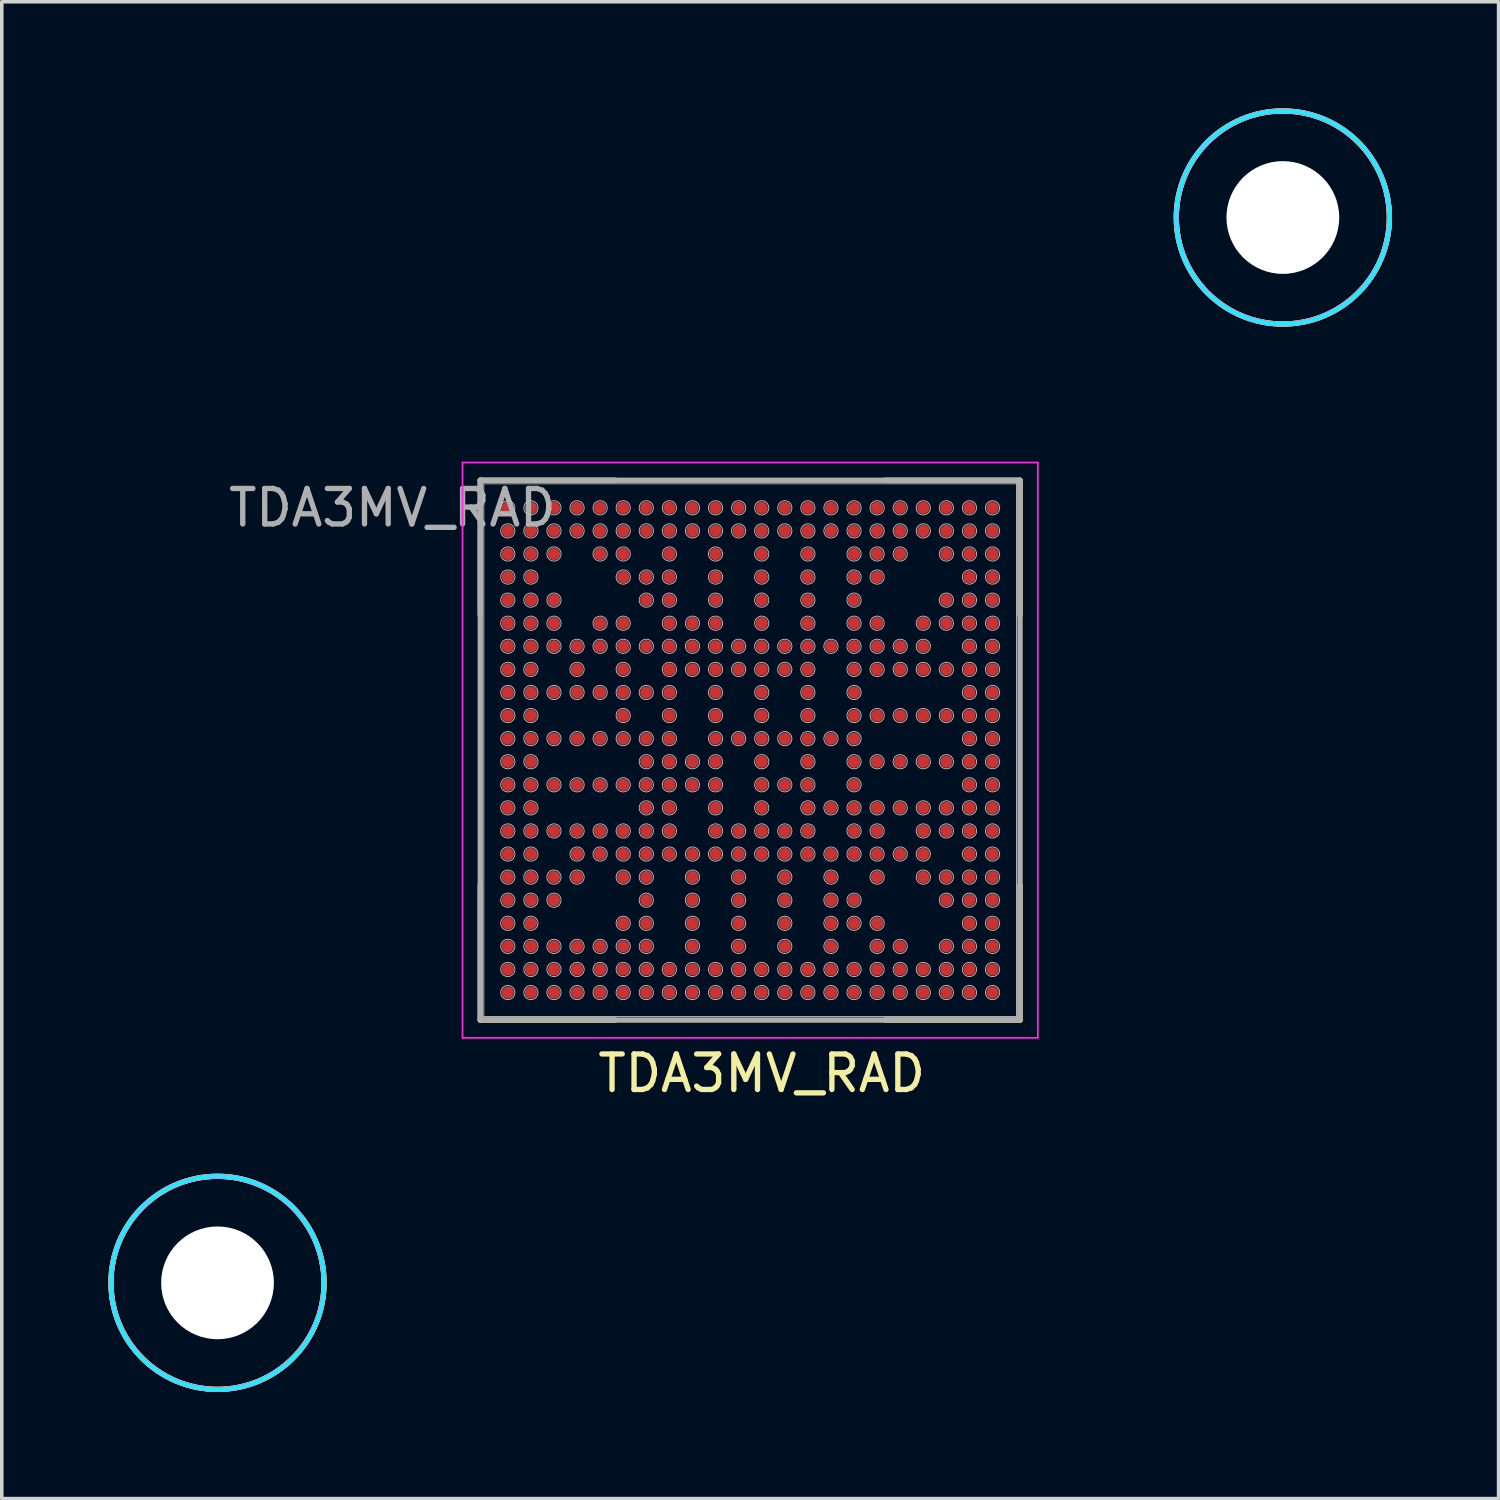
<source format=kicad_pcb>
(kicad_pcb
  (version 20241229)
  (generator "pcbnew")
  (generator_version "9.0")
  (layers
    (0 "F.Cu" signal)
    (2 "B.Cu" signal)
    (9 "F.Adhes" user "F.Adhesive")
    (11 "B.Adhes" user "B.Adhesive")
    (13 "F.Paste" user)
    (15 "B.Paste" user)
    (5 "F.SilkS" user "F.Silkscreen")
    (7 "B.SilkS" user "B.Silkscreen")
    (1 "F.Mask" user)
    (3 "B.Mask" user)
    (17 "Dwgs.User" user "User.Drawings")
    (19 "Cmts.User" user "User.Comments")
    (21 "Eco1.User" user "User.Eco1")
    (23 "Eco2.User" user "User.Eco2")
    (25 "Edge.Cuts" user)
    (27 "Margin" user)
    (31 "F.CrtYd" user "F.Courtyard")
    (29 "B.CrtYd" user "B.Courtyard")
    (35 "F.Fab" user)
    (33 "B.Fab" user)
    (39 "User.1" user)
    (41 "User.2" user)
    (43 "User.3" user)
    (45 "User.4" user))
  (footprint "TDA3MV_RAD"
    (layer "F.Cu")
    (at 18.075 18.075)
    (property "Reference" "TDA3MV_RAD" (at -10.075 -6.825 0) (layer "F.Fab") (effects (font (size 1 1) (thickness 0.15))))
    (attr smd)
    (fp_line (start -7.6 -7.6) (end -7.6 -3.8) (stroke (width 0.15) (type solid)) (layer "F.SilkS"))
    (fp_line (start -7.6 7.6) (end -7.6 3.8) (stroke (width 0.15) (type solid)) (layer "F.SilkS"))
    (fp_line (start -3.8 -7.6) (end -7.6 -7.6) (stroke (width 0.15) (type solid)) (layer "F.SilkS"))
    (fp_line (start -3.8 7.6) (end -7.6 7.6) (stroke (width 0.15) (type solid)) (layer "F.SilkS"))
    (fp_line (start 3.8 -7.6) (end 7.6 -7.6) (stroke (width 0.15) (type solid)) (layer "F.SilkS"))
    (fp_line (start 3.8 7.6) (end 7.6 7.6) (stroke (width 0.15) (type solid)) (layer "F.SilkS"))
    (fp_line (start 7.6 -7.6) (end 7.6 -3.8) (stroke (width 0.15) (type solid)) (layer "F.SilkS"))
    (fp_line (start 7.6 7.6) (end 7.6 3.8) (stroke (width 0.15) (type solid)) (layer "F.SilkS"))
    (fp_circle (center -15 15) (end -12 15) (stroke (width 0.15) (type solid)) (fill no) (layer "F.SilkS"))
    (fp_circle (center 15 -15) (end 18 -15) (stroke (width 0.15) (type solid)) (fill no) (layer "F.SilkS"))
    (fp_circle (center -15 15) (end -12 15) (stroke (width 0.15) (type solid)) (fill no) (layer "B.SilkS"))
    (fp_circle (center 15 -15) (end 18 -15) (stroke (width 0.15) (type solid)) (fill no) (layer "B.SilkS"))
    (fp_line (start -7.5 -7.5) (end 7.5 -7.5) (stroke (width 0.025) (type solid)) (layer "Dwgs.User"))
    (fp_line (start -7.5 7.5) (end -7.5 -7.5) (stroke (width 0.025) (type solid)) (layer "Dwgs.User"))
    (fp_line (start 7.5 -7.5) (end 7.5 7.5) (stroke (width 0.025) (type solid)) (layer "Dwgs.User"))
    (fp_line (start 7.5 7.5) (end -7.5 7.5) (stroke (width 0.025) (type solid)) (layer "Dwgs.User"))
    (fp_circle (center -6.825 -6.825) (end -6.825 -6.625) (stroke (width 0.025) (type solid)) (fill no) (layer "Dwgs.User"))
    (fp_circle (center -6.825 -6.175) (end -6.825 -5.975) (stroke (width 0.025) (type solid)) (fill no) (layer "Dwgs.User"))
    (fp_circle (center -6.825 -5.525) (end -6.825 -5.325) (stroke (width 0.025) (type solid)) (fill no) (layer "Dwgs.User"))
    (fp_circle (center -6.825 -4.875) (end -6.825 -4.675) (stroke (width 0.025) (type solid)) (fill no) (layer "Dwgs.User"))
    (fp_circle (center -6.825 -4.225) (end -6.825 -4.025) (stroke (width 0.025) (type solid)) (fill no) (layer "Dwgs.User"))
    (fp_circle (center -6.825 -3.575) (end -6.825 -3.375) (stroke (width 0.025) (type solid)) (fill no) (layer "Dwgs.User"))
    (fp_circle (center -6.825 -2.925) (end -6.825 -2.725) (stroke (width 0.025) (type solid)) (fill no) (layer "Dwgs.User"))
    (fp_circle (center -6.825 -2.275) (end -6.825 -2.075) (stroke (width 0.025) (type solid)) (fill no) (layer "Dwgs.User"))
    (fp_circle (center -6.825 -1.625) (end -6.825 -1.425) (stroke (width 0.025) (type solid)) (fill no) (layer "Dwgs.User"))
    (fp_circle (center -6.825 -0.975) (end -6.825 -0.775) (stroke (width 0.025) (type solid)) (fill no) (layer "Dwgs.User"))
    (fp_circle (center -6.825 -0.325) (end -6.825 -0.125) (stroke (width 0.025) (type solid)) (fill no) (layer "Dwgs.User"))
    (fp_circle (center -6.825 0.325) (end -6.825 0.525) (stroke (width 0.025) (type solid)) (fill no) (layer "Dwgs.User"))
    (fp_circle (center -6.825 0.975) (end -6.825 1.175) (stroke (width 0.025) (type solid)) (fill no) (layer "Dwgs.User"))
    (fp_circle (center -6.825 1.625) (end -6.825 1.825) (stroke (width 0.025) (type solid)) (fill no) (layer "Dwgs.User"))
    (fp_circle (center -6.825 2.275) (end -6.825 2.475) (stroke (width 0.025) (type solid)) (fill no) (layer "Dwgs.User"))
    (fp_circle (center -6.825 2.925) (end -6.825 3.125) (stroke (width 0.025) (type solid)) (fill no) (layer "Dwgs.User"))
    (fp_circle (center -6.825 3.575) (end -6.825 3.775) (stroke (width 0.025) (type solid)) (fill no) (layer "Dwgs.User"))
    (fp_circle (center -6.825 4.225) (end -6.825 4.425) (stroke (width 0.025) (type solid)) (fill no) (layer "Dwgs.User"))
    (fp_circle (center -6.825 4.875) (end -6.825 5.075) (stroke (width 0.025) (type solid)) (fill no) (layer "Dwgs.User"))
    (fp_circle (center -6.825 5.525) (end -6.825 5.725) (stroke (width 0.025) (type solid)) (fill no) (layer "Dwgs.User"))
    (fp_circle (center -6.825 6.175) (end -6.825 6.375) (stroke (width 0.025) (type solid)) (fill no) (layer "Dwgs.User"))
    (fp_circle (center -6.825 6.825) (end -6.825 7.025) (stroke (width 0.025) (type solid)) (fill no) (layer "Dwgs.User"))
    (fp_circle (center -6.175 -6.825) (end -6.175 -6.625) (stroke (width 0.025) (type solid)) (fill no) (layer "Dwgs.User"))
    (fp_circle (center -6.175 -6.175) (end -6.175 -5.975) (stroke (width 0.025) (type solid)) (fill no) (layer "Dwgs.User"))
    (fp_circle (center -6.175 -5.525) (end -6.175 -5.325) (stroke (width 0.025) (type solid)) (fill no) (layer "Dwgs.User"))
    (fp_circle (center -6.175 -4.875) (end -6.175 -4.675) (stroke (width 0.025) (type solid)) (fill no) (layer "Dwgs.User"))
    (fp_circle (center -6.175 -4.225) (end -6.175 -4.025) (stroke (width 0.025) (type solid)) (fill no) (layer "Dwgs.User"))
    (fp_circle (center -6.175 -3.575) (end -6.175 -3.375) (stroke (width 0.025) (type solid)) (fill no) (layer "Dwgs.User"))
    (fp_circle (center -6.175 -2.925) (end -6.175 -2.725) (stroke (width 0.025) (type solid)) (fill no) (layer "Dwgs.User"))
    (fp_circle (center -6.175 -2.275) (end -6.175 -2.075) (stroke (width 0.025) (type solid)) (fill no) (layer "Dwgs.User"))
    (fp_circle (center -6.175 -1.625) (end -6.175 -1.425) (stroke (width 0.025) (type solid)) (fill no) (layer "Dwgs.User"))
    (fp_circle (center -6.175 -0.975) (end -6.175 -0.775) (stroke (width 0.025) (type solid)) (fill no) (layer "Dwgs.User"))
    (fp_circle (center -6.175 -0.325) (end -6.175 -0.125) (stroke (width 0.025) (type solid)) (fill no) (layer "Dwgs.User"))
    (fp_circle (center -6.175 0.325) (end -6.175 0.525) (stroke (width 0.025) (type solid)) (fill no) (layer "Dwgs.User"))
    (fp_circle (center -6.175 0.975) (end -6.175 1.175) (stroke (width 0.025) (type solid)) (fill no) (layer "Dwgs.User"))
    (fp_circle (center -6.175 1.625) (end -6.175 1.825) (stroke (width 0.025) (type solid)) (fill no) (layer "Dwgs.User"))
    (fp_circle (center -6.175 2.275) (end -6.175 2.475) (stroke (width 0.025) (type solid)) (fill no) (layer "Dwgs.User"))
    (fp_circle (center -6.175 2.925) (end -6.175 3.125) (stroke (width 0.025) (type solid)) (fill no) (layer "Dwgs.User"))
    (fp_circle (center -6.175 3.575) (end -6.175 3.775) (stroke (width 0.025) (type solid)) (fill no) (layer "Dwgs.User"))
    (fp_circle (center -6.175 4.225) (end -6.175 4.425) (stroke (width 0.025) (type solid)) (fill no) (layer "Dwgs.User"))
    (fp_circle (center -6.175 4.875) (end -6.175 5.075) (stroke (width 0.025) (type solid)) (fill no) (layer "Dwgs.User"))
    (fp_circle (center -6.175 5.525) (end -6.175 5.725) (stroke (width 0.025) (type solid)) (fill no) (layer "Dwgs.User"))
    (fp_circle (center -6.175 6.175) (end -6.175 6.375) (stroke (width 0.025) (type solid)) (fill no) (layer "Dwgs.User"))
    (fp_circle (center -6.175 6.825) (end -6.175 7.025) (stroke (width 0.025) (type solid)) (fill no) (layer "Dwgs.User"))
    (fp_circle (center -5.525 -6.825) (end -5.525 -6.625) (stroke (width 0.025) (type solid)) (fill no) (layer "Dwgs.User"))
    (fp_circle (center -5.525 -6.175) (end -5.525 -5.975) (stroke (width 0.025) (type solid)) (fill no) (layer "Dwgs.User"))
    (fp_circle (center -5.525 -5.525) (end -5.525 -5.325) (stroke (width 0.025) (type solid)) (fill no) (layer "Dwgs.User"))
    (fp_circle (center -5.525 -4.225) (end -5.525 -4.025) (stroke (width 0.025) (type solid)) (fill no) (layer "Dwgs.User"))
    (fp_circle (center -5.525 -3.575) (end -5.525 -3.375) (stroke (width 0.025) (type solid)) (fill no) (layer "Dwgs.User"))
    (fp_circle (center -5.525 -2.925) (end -5.525 -2.725) (stroke (width 0.025) (type solid)) (fill no) (layer "Dwgs.User"))
    (fp_circle (center -5.525 -1.625) (end -5.525 -1.425) (stroke (width 0.025) (type solid)) (fill no) (layer "Dwgs.User"))
    (fp_circle (center -5.525 -0.325) (end -5.525 -0.125) (stroke (width 0.025) (type solid)) (fill no) (layer "Dwgs.User"))
    (fp_circle (center -5.525 0.975) (end -5.525 1.175) (stroke (width 0.025) (type solid)) (fill no) (layer "Dwgs.User"))
    (fp_circle (center -5.525 2.275) (end -5.525 2.475) (stroke (width 0.025) (type solid)) (fill no) (layer "Dwgs.User"))
    (fp_circle (center -5.525 3.575) (end -5.525 3.775) (stroke (width 0.025) (type solid)) (fill no) (layer "Dwgs.User"))
    (fp_circle (center -5.525 4.225) (end -5.525 4.425) (stroke (width 0.025) (type solid)) (fill no) (layer "Dwgs.User"))
    (fp_circle (center -5.525 5.525) (end -5.525 5.725) (stroke (width 0.025) (type solid)) (fill no) (layer "Dwgs.User"))
    (fp_circle (center -5.525 6.175) (end -5.525 6.375) (stroke (width 0.025) (type solid)) (fill no) (layer "Dwgs.User"))
    (fp_circle (center -5.525 6.825) (end -5.525 7.025) (stroke (width 0.025) (type solid)) (fill no) (layer "Dwgs.User"))
    (fp_circle (center -4.875 -6.825) (end -4.875 -6.625) (stroke (width 0.025) (type solid)) (fill no) (layer "Dwgs.User"))
    (fp_circle (center -4.875 -6.175) (end -4.875 -5.975) (stroke (width 0.025) (type solid)) (fill no) (layer "Dwgs.User"))
    (fp_circle (center -4.875 -2.925) (end -4.875 -2.725) (stroke (width 0.025) (type solid)) (fill no) (layer "Dwgs.User"))
    (fp_circle (center -4.875 -2.275) (end -4.875 -2.075) (stroke (width 0.025) (type solid)) (fill no) (layer "Dwgs.User"))
    (fp_circle (center -4.875 -1.625) (end -4.875 -1.425) (stroke (width 0.025) (type solid)) (fill no) (layer "Dwgs.User"))
    (fp_circle (center -4.875 -0.325) (end -4.875 -0.125) (stroke (width 0.025) (type solid)) (fill no) (layer "Dwgs.User"))
    (fp_circle (center -4.875 0.975) (end -4.875 1.175) (stroke (width 0.025) (type solid)) (fill no) (layer "Dwgs.User"))
    (fp_circle (center -4.875 2.275) (end -4.875 2.475) (stroke (width 0.025) (type solid)) (fill no) (layer "Dwgs.User"))
    (fp_circle (center -4.875 2.925) (end -4.875 3.125) (stroke (width 0.025) (type solid)) (fill no) (layer "Dwgs.User"))
    (fp_circle (center -4.875 3.575) (end -4.875 3.775) (stroke (width 0.025) (type solid)) (fill no) (layer "Dwgs.User"))
    (fp_circle (center -4.875 5.525) (end -4.875 5.725) (stroke (width 0.025) (type solid)) (fill no) (layer "Dwgs.User"))
    (fp_circle (center -4.875 6.175) (end -4.875 6.375) (stroke (width 0.025) (type solid)) (fill no) (layer "Dwgs.User"))
    (fp_circle (center -4.875 6.825) (end -4.875 7.025) (stroke (width 0.025) (type solid)) (fill no) (layer "Dwgs.User"))
    (fp_circle (center -4.225 -6.825) (end -4.225 -6.625) (stroke (width 0.025) (type solid)) (fill no) (layer "Dwgs.User"))
    (fp_circle (center -4.225 -6.175) (end -4.225 -5.975) (stroke (width 0.025) (type solid)) (fill no) (layer "Dwgs.User"))
    (fp_circle (center -4.225 -5.525) (end -4.225 -5.325) (stroke (width 0.025) (type solid)) (fill no) (layer "Dwgs.User"))
    (fp_circle (center -4.225 -3.575) (end -4.225 -3.375) (stroke (width 0.025) (type solid)) (fill no) (layer "Dwgs.User"))
    (fp_circle (center -4.225 -2.925) (end -4.225 -2.725) (stroke (width 0.025) (type solid)) (fill no) (layer "Dwgs.User"))
    (fp_circle (center -4.225 -1.625) (end -4.225 -1.425) (stroke (width 0.025) (type solid)) (fill no) (layer "Dwgs.User"))
    (fp_circle (center -4.225 -0.325) (end -4.225 -0.125) (stroke (width 0.025) (type solid)) (fill no) (layer "Dwgs.User"))
    (fp_circle (center -4.225 0.975) (end -4.225 1.175) (stroke (width 0.025) (type solid)) (fill no) (layer "Dwgs.User"))
    (fp_circle (center -4.225 2.275) (end -4.225 2.475) (stroke (width 0.025) (type solid)) (fill no) (layer "Dwgs.User"))
    (fp_circle (center -4.225 2.925) (end -4.225 3.125) (stroke (width 0.025) (type solid)) (fill no) (layer "Dwgs.User"))
    (fp_circle (center -4.225 5.525) (end -4.225 5.725) (stroke (width 0.025) (type solid)) (fill no) (layer "Dwgs.User"))
    (fp_circle (center -4.225 6.175) (end -4.225 6.375) (stroke (width 0.025) (type solid)) (fill no) (layer "Dwgs.User"))
    (fp_circle (center -4.225 6.825) (end -4.225 7.025) (stroke (width 0.025) (type solid)) (fill no) (layer "Dwgs.User"))
    (fp_circle (center -3.575 -6.825) (end -3.575 -6.625) (stroke (width 0.025) (type solid)) (fill no) (layer "Dwgs.User"))
    (fp_circle (center -3.575 -6.175) (end -3.575 -5.975) (stroke (width 0.025) (type solid)) (fill no) (layer "Dwgs.User"))
    (fp_circle (center -3.575 -5.525) (end -3.575 -5.325) (stroke (width 0.025) (type solid)) (fill no) (layer "Dwgs.User"))
    (fp_circle (center -3.575 -4.875) (end -3.575 -4.675) (stroke (width 0.025) (type solid)) (fill no) (layer "Dwgs.User"))
    (fp_circle (center -3.575 -3.575) (end -3.575 -3.375) (stroke (width 0.025) (type solid)) (fill no) (layer "Dwgs.User"))
    (fp_circle (center -3.575 -2.925) (end -3.575 -2.725) (stroke (width 0.025) (type solid)) (fill no) (layer "Dwgs.User"))
    (fp_circle (center -3.575 -2.275) (end -3.575 -2.075) (stroke (width 0.025) (type solid)) (fill no) (layer "Dwgs.User"))
    (fp_circle (center -3.575 -1.625) (end -3.575 -1.425) (stroke (width 0.025) (type solid)) (fill no) (layer "Dwgs.User"))
    (fp_circle (center -3.575 -0.975) (end -3.575 -0.775) (stroke (width 0.025) (type solid)) (fill no) (layer "Dwgs.User"))
    (fp_circle (center -3.575 -0.325) (end -3.575 -0.125) (stroke (width 0.025) (type solid)) (fill no) (layer "Dwgs.User"))
    (fp_circle (center -3.575 0.975) (end -3.575 1.175) (stroke (width 0.025) (type solid)) (fill no) (layer "Dwgs.User"))
    (fp_circle (center -3.575 2.275) (end -3.575 2.475) (stroke (width 0.025) (type solid)) (fill no) (layer "Dwgs.User"))
    (fp_circle (center -3.575 2.925) (end -3.575 3.125) (stroke (width 0.025) (type solid)) (fill no) (layer "Dwgs.User"))
    (fp_circle (center -3.575 3.575) (end -3.575 3.775) (stroke (width 0.025) (type solid)) (fill no) (layer "Dwgs.User"))
    (fp_circle (center -3.575 4.875) (end -3.575 5.075) (stroke (width 0.025) (type solid)) (fill no) (layer "Dwgs.User"))
    (fp_circle (center -3.575 5.525) (end -3.575 5.725) (stroke (width 0.025) (type solid)) (fill no) (layer "Dwgs.User"))
    (fp_circle (center -3.575 6.175) (end -3.575 6.375) (stroke (width 0.025) (type solid)) (fill no) (layer "Dwgs.User"))
    (fp_circle (center -3.575 6.825) (end -3.575 7.025) (stroke (width 0.025) (type solid)) (fill no) (layer "Dwgs.User"))
    (fp_circle (center -2.925 -6.825) (end -2.925 -6.625) (stroke (width 0.025) (type solid)) (fill no) (layer "Dwgs.User"))
    (fp_circle (center -2.925 -6.175) (end -2.925 -5.975) (stroke (width 0.025) (type solid)) (fill no) (layer "Dwgs.User"))
    (fp_circle (center -2.925 -4.875) (end -2.925 -4.675) (stroke (width 0.025) (type solid)) (fill no) (layer "Dwgs.User"))
    (fp_circle (center -2.925 -4.225) (end -2.925 -4.025) (stroke (width 0.025) (type solid)) (fill no) (layer "Dwgs.User"))
    (fp_circle (center -2.925 -2.925) (end -2.925 -2.725) (stroke (width 0.025) (type solid)) (fill no) (layer "Dwgs.User"))
    (fp_circle (center -2.925 -1.625) (end -2.925 -1.425) (stroke (width 0.025) (type solid)) (fill no) (layer "Dwgs.User"))
    (fp_circle (center -2.925 -0.325) (end -2.925 -0.125) (stroke (width 0.025) (type solid)) (fill no) (layer "Dwgs.User"))
    (fp_circle (center -2.925 0.325) (end -2.925 0.525) (stroke (width 0.025) (type solid)) (fill no) (layer "Dwgs.User"))
    (fp_circle (center -2.925 0.975) (end -2.925 1.175) (stroke (width 0.025) (type solid)) (fill no) (layer "Dwgs.User"))
    (fp_circle (center -2.925 1.625) (end -2.925 1.825) (stroke (width 0.025) (type solid)) (fill no) (layer "Dwgs.User"))
    (fp_circle (center -2.925 2.275) (end -2.925 2.475) (stroke (width 0.025) (type solid)) (fill no) (layer "Dwgs.User"))
    (fp_circle (center -2.925 2.925) (end -2.925 3.125) (stroke (width 0.025) (type solid)) (fill no) (layer "Dwgs.User"))
    (fp_circle (center -2.925 3.575) (end -2.925 3.775) (stroke (width 0.025) (type solid)) (fill no) (layer "Dwgs.User"))
    (fp_circle (center -2.925 4.225) (end -2.925 4.425) (stroke (width 0.025) (type solid)) (fill no) (layer "Dwgs.User"))
    (fp_circle (center -2.925 4.875) (end -2.925 5.075) (stroke (width 0.025) (type solid)) (fill no) (layer "Dwgs.User"))
    (fp_circle (center -2.925 5.525) (end -2.925 5.725) (stroke (width 0.025) (type solid)) (fill no) (layer "Dwgs.User"))
    (fp_circle (center -2.925 6.175) (end -2.925 6.375) (stroke (width 0.025) (type solid)) (fill no) (layer "Dwgs.User"))
    (fp_circle (center -2.925 6.825) (end -2.925 7.025) (stroke (width 0.025) (type solid)) (fill no) (layer "Dwgs.User"))
    (fp_circle (center -2.275 -6.825) (end -2.275 -6.625) (stroke (width 0.025) (type solid)) (fill no) (layer "Dwgs.User"))
    (fp_circle (center -2.275 -6.175) (end -2.275 -5.975) (stroke (width 0.025) (type solid)) (fill no) (layer "Dwgs.User"))
    (fp_circle (center -2.275 -5.525) (end -2.275 -5.325) (stroke (width 0.025) (type solid)) (fill no) (layer "Dwgs.User"))
    (fp_circle (center -2.275 -4.875) (end -2.275 -4.675) (stroke (width 0.025) (type solid)) (fill no) (layer "Dwgs.User"))
    (fp_circle (center -2.275 -4.225) (end -2.275 -4.025) (stroke (width 0.025) (type solid)) (fill no) (layer "Dwgs.User"))
    (fp_circle (center -2.275 -3.575) (end -2.275 -3.375) (stroke (width 0.025) (type solid)) (fill no) (layer "Dwgs.User"))
    (fp_circle (center -2.275 -2.925) (end -2.275 -2.725) (stroke (width 0.025) (type solid)) (fill no) (layer "Dwgs.User"))
    (fp_circle (center -2.275 -2.275) (end -2.275 -2.075) (stroke (width 0.025) (type solid)) (fill no) (layer "Dwgs.User"))
    (fp_circle (center -2.275 -1.625) (end -2.275 -1.425) (stroke (width 0.025) (type solid)) (fill no) (layer "Dwgs.User"))
    (fp_circle (center -2.275 -0.975) (end -2.275 -0.775) (stroke (width 0.025) (type solid)) (fill no) (layer "Dwgs.User"))
    (fp_circle (center -2.275 -0.325) (end -2.275 -0.125) (stroke (width 0.025) (type solid)) (fill no) (layer "Dwgs.User"))
    (fp_circle (center -2.275 0.325) (end -2.275 0.525) (stroke (width 0.025) (type solid)) (fill no) (layer "Dwgs.User"))
    (fp_circle (center -2.275 0.975) (end -2.275 1.175) (stroke (width 0.025) (type solid)) (fill no) (layer "Dwgs.User"))
    (fp_circle (center -2.275 1.625) (end -2.275 1.825) (stroke (width 0.025) (type solid)) (fill no) (layer "Dwgs.User"))
    (fp_circle (center -2.275 2.275) (end -2.275 2.475) (stroke (width 0.025) (type solid)) (fill no) (layer "Dwgs.User"))
    (fp_circle (center -2.275 2.925) (end -2.275 3.125) (stroke (width 0.025) (type solid)) (fill no) (layer "Dwgs.User"))
    (fp_circle (center -2.275 6.175) (end -2.275 6.375) (stroke (width 0.025) (type solid)) (fill no) (layer "Dwgs.User"))
    (fp_circle (center -2.275 6.825) (end -2.275 7.025) (stroke (width 0.025) (type solid)) (fill no) (layer "Dwgs.User"))
    (fp_circle (center -1.625 -6.825) (end -1.625 -6.625) (stroke (width 0.025) (type solid)) (fill no) (layer "Dwgs.User"))
    (fp_circle (center -1.625 -6.175) (end -1.625 -5.975) (stroke (width 0.025) (type solid)) (fill no) (layer "Dwgs.User"))
    (fp_circle (center -1.625 -3.575) (end -1.625 -3.375) (stroke (width 0.025) (type solid)) (fill no) (layer "Dwgs.User"))
    (fp_circle (center -1.625 -2.925) (end -1.625 -2.725) (stroke (width 0.025) (type solid)) (fill no) (layer "Dwgs.User"))
    (fp_circle (center -1.625 -2.275) (end -1.625 -2.075) (stroke (width 0.025) (type solid)) (fill no) (layer "Dwgs.User"))
    (fp_circle (center -1.625 0.325) (end -1.625 0.525) (stroke (width 0.025) (type solid)) (fill no) (layer "Dwgs.User"))
    (fp_circle (center -1.625 0.975) (end -1.625 1.175) (stroke (width 0.025) (type solid)) (fill no) (layer "Dwgs.User"))
    (fp_circle (center -1.625 2.925) (end -1.625 3.125) (stroke (width 0.025) (type solid)) (fill no) (layer "Dwgs.User"))
    (fp_circle (center -1.625 3.575) (end -1.625 3.775) (stroke (width 0.025) (type solid)) (fill no) (layer "Dwgs.User"))
    (fp_circle (center -1.625 4.225) (end -1.625 4.425) (stroke (width 0.025) (type solid)) (fill no) (layer "Dwgs.User"))
    (fp_circle (center -1.625 4.875) (end -1.625 5.075) (stroke (width 0.025) (type solid)) (fill no) (layer "Dwgs.User"))
    (fp_circle (center -1.625 5.525) (end -1.625 5.725) (stroke (width 0.025) (type solid)) (fill no) (layer "Dwgs.User"))
    (fp_circle (center -1.625 6.175) (end -1.625 6.375) (stroke (width 0.025) (type solid)) (fill no) (layer "Dwgs.User"))
    (fp_circle (center -1.625 6.825) (end -1.625 7.025) (stroke (width 0.025) (type solid)) (fill no) (layer "Dwgs.User"))
    (fp_circle (center -0.975 -6.825) (end -0.975 -6.625) (stroke (width 0.025) (type solid)) (fill no) (layer "Dwgs.User"))
    (fp_circle (center -0.975 -6.175) (end -0.975 -5.975) (stroke (width 0.025) (type solid)) (fill no) (layer "Dwgs.User"))
    (fp_circle (center -0.975 -5.525) (end -0.975 -5.325) (stroke (width 0.025) (type solid)) (fill no) (layer "Dwgs.User"))
    (fp_circle (center -0.975 -4.875) (end -0.975 -4.675) (stroke (width 0.025) (type solid)) (fill no) (layer "Dwgs.User"))
    (fp_circle (center -0.975 -4.225) (end -0.975 -4.025) (stroke (width 0.025) (type solid)) (fill no) (layer "Dwgs.User"))
    (fp_circle (center -0.975 -3.575) (end -0.975 -3.375) (stroke (width 0.025) (type solid)) (fill no) (layer "Dwgs.User"))
    (fp_circle (center -0.975 -2.925) (end -0.975 -2.725) (stroke (width 0.025) (type solid)) (fill no) (layer "Dwgs.User"))
    (fp_circle (center -0.975 -2.275) (end -0.975 -2.075) (stroke (width 0.025) (type solid)) (fill no) (layer "Dwgs.User"))
    (fp_circle (center -0.975 -1.625) (end -0.975 -1.425) (stroke (width 0.025) (type solid)) (fill no) (layer "Dwgs.User"))
    (fp_circle (center -0.975 -0.975) (end -0.975 -0.775) (stroke (width 0.025) (type solid)) (fill no) (layer "Dwgs.User"))
    (fp_circle (center -0.975 -0.325) (end -0.975 -0.125) (stroke (width 0.025) (type solid)) (fill no) (layer "Dwgs.User"))
    (fp_circle (center -0.975 0.325) (end -0.975 0.525) (stroke (width 0.025) (type solid)) (fill no) (layer "Dwgs.User"))
    (fp_circle (center -0.975 0.975) (end -0.975 1.175) (stroke (width 0.025) (type solid)) (fill no) (layer "Dwgs.User"))
    (fp_circle (center -0.975 1.625) (end -0.975 1.825) (stroke (width 0.025) (type solid)) (fill no) (layer "Dwgs.User"))
    (fp_circle (center -0.975 2.275) (end -0.975 2.475) (stroke (width 0.025) (type solid)) (fill no) (layer "Dwgs.User"))
    (fp_circle (center -0.975 2.925) (end -0.975 3.125) (stroke (width 0.025) (type solid)) (fill no) (layer "Dwgs.User"))
    (fp_circle (center -0.975 6.175) (end -0.975 6.375) (stroke (width 0.025) (type solid)) (fill no) (layer "Dwgs.User"))
    (fp_circle (center -0.975 6.825) (end -0.975 7.025) (stroke (width 0.025) (type solid)) (fill no) (layer "Dwgs.User"))
    (fp_circle (center -0.325 -6.825) (end -0.325 -6.625) (stroke (width 0.025) (type solid)) (fill no) (layer "Dwgs.User"))
    (fp_circle (center -0.325 -6.175) (end -0.325 -5.975) (stroke (width 0.025) (type solid)) (fill no) (layer "Dwgs.User"))
    (fp_circle (center -0.325 -2.925) (end -0.325 -2.725) (stroke (width 0.025) (type solid)) (fill no) (layer "Dwgs.User"))
    (fp_circle (center -0.325 -2.275) (end -0.325 -2.075) (stroke (width 0.025) (type solid)) (fill no) (layer "Dwgs.User"))
    (fp_circle (center -0.325 -0.325) (end -0.325 -0.125) (stroke (width 0.025) (type solid)) (fill no) (layer "Dwgs.User"))
    (fp_circle (center -0.325 2.275) (end -0.325 2.475) (stroke (width 0.025) (type solid)) (fill no) (layer "Dwgs.User"))
    (fp_circle (center -0.325 2.925) (end -0.325 3.125) (stroke (width 0.025) (type solid)) (fill no) (layer "Dwgs.User"))
    (fp_circle (center -0.325 3.575) (end -0.325 3.775) (stroke (width 0.025) (type solid)) (fill no) (layer "Dwgs.User"))
    (fp_circle (center -0.325 4.225) (end -0.325 4.425) (stroke (width 0.025) (type solid)) (fill no) (layer "Dwgs.User"))
    (fp_circle (center -0.325 4.875) (end -0.325 5.075) (stroke (width 0.025) (type solid)) (fill no) (layer "Dwgs.User"))
    (fp_circle (center -0.325 5.525) (end -0.325 5.725) (stroke (width 0.025) (type solid)) (fill no) (layer "Dwgs.User"))
    (fp_circle (center -0.325 6.175) (end -0.325 6.375) (stroke (width 0.025) (type solid)) (fill no) (layer "Dwgs.User"))
    (fp_circle (center -0.325 6.825) (end -0.325 7.025) (stroke (width 0.025) (type solid)) (fill no) (layer "Dwgs.User"))
    (fp_circle (center 0.325 -6.825) (end 0.325 -6.625) (stroke (width 0.025) (type solid)) (fill no) (layer "Dwgs.User"))
    (fp_circle (center 0.325 -6.175) (end 0.325 -5.975) (stroke (width 0.025) (type solid)) (fill no) (layer "Dwgs.User"))
    (fp_circle (center 0.325 -5.525) (end 0.325 -5.325) (stroke (width 0.025) (type solid)) (fill no) (layer "Dwgs.User"))
    (fp_circle (center 0.325 -4.875) (end 0.325 -4.675) (stroke (width 0.025) (type solid)) (fill no) (layer "Dwgs.User"))
    (fp_circle (center 0.325 -4.225) (end 0.325 -4.025) (stroke (width 0.025) (type solid)) (fill no) (layer "Dwgs.User"))
    (fp_circle (center 0.325 -3.575) (end 0.325 -3.375) (stroke (width 0.025) (type solid)) (fill no) (layer "Dwgs.User"))
    (fp_circle (center 0.325 -2.925) (end 0.325 -2.725) (stroke (width 0.025) (type solid)) (fill no) (layer "Dwgs.User"))
    (fp_circle (center 0.325 -2.275) (end 0.325 -2.075) (stroke (width 0.025) (type solid)) (fill no) (layer "Dwgs.User"))
    (fp_circle (center 0.325 -1.625) (end 0.325 -1.425) (stroke (width 0.025) (type solid)) (fill no) (layer "Dwgs.User"))
    (fp_circle (center 0.325 -0.975) (end 0.325 -0.775) (stroke (width 0.025) (type solid)) (fill no) (layer "Dwgs.User"))
    (fp_circle (center 0.325 -0.325) (end 0.325 -0.125) (stroke (width 0.025) (type solid)) (fill no) (layer "Dwgs.User"))
    (fp_circle (center 0.325 0.325) (end 0.325 0.525) (stroke (width 0.025) (type solid)) (fill no) (layer "Dwgs.User"))
    (fp_circle (center 0.325 0.975) (end 0.325 1.175) (stroke (width 0.025) (type solid)) (fill no) (layer "Dwgs.User"))
    (fp_circle (center 0.325 1.625) (end 0.325 1.825) (stroke (width 0.025) (type solid)) (fill no) (layer "Dwgs.User"))
    (fp_circle (center 0.325 2.275) (end 0.325 2.475) (stroke (width 0.025) (type solid)) (fill no) (layer "Dwgs.User"))
    (fp_circle (center 0.325 2.925) (end 0.325 3.125) (stroke (width 0.025) (type solid)) (fill no) (layer "Dwgs.User"))
    (fp_circle (center 0.325 6.175) (end 0.325 6.375) (stroke (width 0.025) (type solid)) (fill no) (layer "Dwgs.User"))
    (fp_circle (center 0.325 6.825) (end 0.325 7.025) (stroke (width 0.025) (type solid)) (fill no) (layer "Dwgs.User"))
    (fp_circle (center 0.975 -6.825) (end 0.975 -6.625) (stroke (width 0.025) (type solid)) (fill no) (layer "Dwgs.User"))
    (fp_circle (center 0.975 -6.175) (end 0.975 -5.975) (stroke (width 0.025) (type solid)) (fill no) (layer "Dwgs.User"))
    (fp_circle (center 0.975 -2.925) (end 0.975 -2.725) (stroke (width 0.025) (type solid)) (fill no) (layer "Dwgs.User"))
    (fp_circle (center 0.975 -2.275) (end 0.975 -2.075) (stroke (width 0.025) (type solid)) (fill no) (layer "Dwgs.User"))
    (fp_circle (center 0.975 -0.325) (end 0.975 -0.125) (stroke (width 0.025) (type solid)) (fill no) (layer "Dwgs.User"))
    (fp_circle (center 0.975 0.975) (end 0.975 1.175) (stroke (width 0.025) (type solid)) (fill no) (layer "Dwgs.User"))
    (fp_circle (center 0.975 2.275) (end 0.975 2.475) (stroke (width 0.025) (type solid)) (fill no) (layer "Dwgs.User"))
    (fp_circle (center 0.975 2.925) (end 0.975 3.125) (stroke (width 0.025) (type solid)) (fill no) (layer "Dwgs.User"))
    (fp_circle (center 0.975 3.575) (end 0.975 3.775) (stroke (width 0.025) (type solid)) (fill no) (layer "Dwgs.User"))
    (fp_circle (center 0.975 4.225) (end 0.975 4.425) (stroke (width 0.025) (type solid)) (fill no) (layer "Dwgs.User"))
    (fp_circle (center 0.975 4.875) (end 0.975 5.075) (stroke (width 0.025) (type solid)) (fill no) (layer "Dwgs.User"))
    (fp_circle (center 0.975 5.525) (end 0.975 5.725) (stroke (width 0.025) (type solid)) (fill no) (layer "Dwgs.User"))
    (fp_circle (center 0.975 6.175) (end 0.975 6.375) (stroke (width 0.025) (type solid)) (fill no) (layer "Dwgs.User"))
    (fp_circle (center 0.975 6.825) (end 0.975 7.025) (stroke (width 0.025) (type solid)) (fill no) (layer "Dwgs.User"))
    (fp_circle (center 1.625 -6.825) (end 1.625 -6.625) (stroke (width 0.025) (type solid)) (fill no) (layer "Dwgs.User"))
    (fp_circle (center 1.625 -6.175) (end 1.625 -5.975) (stroke (width 0.025) (type solid)) (fill no) (layer "Dwgs.User"))
    (fp_circle (center 1.625 -5.525) (end 1.625 -5.325) (stroke (width 0.025) (type solid)) (fill no) (layer "Dwgs.User"))
    (fp_circle (center 1.625 -4.875) (end 1.625 -4.675) (stroke (width 0.025) (type solid)) (fill no) (layer "Dwgs.User"))
    (fp_circle (center 1.625 -4.225) (end 1.625 -4.025) (stroke (width 0.025) (type solid)) (fill no) (layer "Dwgs.User"))
    (fp_circle (center 1.625 -3.575) (end 1.625 -3.375) (stroke (width 0.025) (type solid)) (fill no) (layer "Dwgs.User"))
    (fp_circle (center 1.625 -2.925) (end 1.625 -2.725) (stroke (width 0.025) (type solid)) (fill no) (layer "Dwgs.User"))
    (fp_circle (center 1.625 -2.275) (end 1.625 -2.075) (stroke (width 0.025) (type solid)) (fill no) (layer "Dwgs.User"))
    (fp_circle (center 1.625 -1.625) (end 1.625 -1.425) (stroke (width 0.025) (type solid)) (fill no) (layer "Dwgs.User"))
    (fp_circle (center 1.625 -0.975) (end 1.625 -0.775) (stroke (width 0.025) (type solid)) (fill no) (layer "Dwgs.User"))
    (fp_circle (center 1.625 -0.325) (end 1.625 -0.125) (stroke (width 0.025) (type solid)) (fill no) (layer "Dwgs.User"))
    (fp_circle (center 1.625 0.325) (end 1.625 0.525) (stroke (width 0.025) (type solid)) (fill no) (layer "Dwgs.User"))
    (fp_circle (center 1.625 0.975) (end 1.625 1.175) (stroke (width 0.025) (type solid)) (fill no) (layer "Dwgs.User"))
    (fp_circle (center 1.625 1.625) (end 1.625 1.825) (stroke (width 0.025) (type solid)) (fill no) (layer "Dwgs.User"))
    (fp_circle (center 1.625 2.275) (end 1.625 2.475) (stroke (width 0.025) (type solid)) (fill no) (layer "Dwgs.User"))
    (fp_circle (center 1.625 2.925) (end 1.625 3.125) (stroke (width 0.025) (type solid)) (fill no) (layer "Dwgs.User"))
    (fp_circle (center 1.625 6.175) (end 1.625 6.375) (stroke (width 0.025) (type solid)) (fill no) (layer "Dwgs.User"))
    (fp_circle (center 1.625 6.825) (end 1.625 7.025) (stroke (width 0.025) (type solid)) (fill no) (layer "Dwgs.User"))
    (fp_circle (center 2.275 -6.825) (end 2.275 -6.625) (stroke (width 0.025) (type solid)) (fill no) (layer "Dwgs.User"))
    (fp_circle (center 2.275 -6.175) (end 2.275 -5.975) (stroke (width 0.025) (type solid)) (fill no) (layer "Dwgs.User"))
    (fp_circle (center 2.275 -2.925) (end 2.275 -2.725) (stroke (width 0.025) (type solid)) (fill no) (layer "Dwgs.User"))
    (fp_circle (center 2.275 -0.325) (end 2.275 -0.125) (stroke (width 0.025) (type solid)) (fill no) (layer "Dwgs.User"))
    (fp_circle (center 2.275 1.625) (end 2.275 1.825) (stroke (width 0.025) (type solid)) (fill no) (layer "Dwgs.User"))
    (fp_circle (center 2.275 2.925) (end 2.275 3.125) (stroke (width 0.025) (type solid)) (fill no) (layer "Dwgs.User"))
    (fp_circle (center 2.275 3.575) (end 2.275 3.775) (stroke (width 0.025) (type solid)) (fill no) (layer "Dwgs.User"))
    (fp_circle (center 2.275 4.225) (end 2.275 4.425) (stroke (width 0.025) (type solid)) (fill no) (layer "Dwgs.User"))
    (fp_circle (center 2.275 4.875) (end 2.275 5.075) (stroke (width 0.025) (type solid)) (fill no) (layer "Dwgs.User"))
    (fp_circle (center 2.275 5.525) (end 2.275 5.725) (stroke (width 0.025) (type solid)) (fill no) (layer "Dwgs.User"))
    (fp_circle (center 2.275 6.175) (end 2.275 6.375) (stroke (width 0.025) (type solid)) (fill no) (layer "Dwgs.User"))
    (fp_circle (center 2.275 6.825) (end 2.275 7.025) (stroke (width 0.025) (type solid)) (fill no) (layer "Dwgs.User"))
    (fp_circle (center 2.925 -6.825) (end 2.925 -6.625) (stroke (width 0.025) (type solid)) (fill no) (layer "Dwgs.User"))
    (fp_circle (center 2.925 -6.175) (end 2.925 -5.975) (stroke (width 0.025) (type solid)) (fill no) (layer "Dwgs.User"))
    (fp_circle (center 2.925 -5.525) (end 2.925 -5.325) (stroke (width 0.025) (type solid)) (fill no) (layer "Dwgs.User"))
    (fp_circle (center 2.925 -4.875) (end 2.925 -4.675) (stroke (width 0.025) (type solid)) (fill no) (layer "Dwgs.User"))
    (fp_circle (center 2.925 -4.225) (end 2.925 -4.025) (stroke (width 0.025) (type solid)) (fill no) (layer "Dwgs.User"))
    (fp_circle (center 2.925 -3.575) (end 2.925 -3.375) (stroke (width 0.025) (type solid)) (fill no) (layer "Dwgs.User"))
    (fp_circle (center 2.925 -2.925) (end 2.925 -2.725) (stroke (width 0.025) (type solid)) (fill no) (layer "Dwgs.User"))
    (fp_circle (center 2.925 -2.275) (end 2.925 -2.075) (stroke (width 0.025) (type solid)) (fill no) (layer "Dwgs.User"))
    (fp_circle (center 2.925 -1.625) (end 2.925 -1.425) (stroke (width 0.025) (type solid)) (fill no) (layer "Dwgs.User"))
    (fp_circle (center 2.925 -0.975) (end 2.925 -0.775) (stroke (width 0.025) (type solid)) (fill no) (layer "Dwgs.User"))
    (fp_circle (center 2.925 -0.325) (end 2.925 -0.125) (stroke (width 0.025) (type solid)) (fill no) (layer "Dwgs.User"))
    (fp_circle (center 2.925 0.325) (end 2.925 0.525) (stroke (width 0.025) (type solid)) (fill no) (layer "Dwgs.User"))
    (fp_circle (center 2.925 0.975) (end 2.925 1.175) (stroke (width 0.025) (type solid)) (fill no) (layer "Dwgs.User"))
    (fp_circle (center 2.925 1.625) (end 2.925 1.825) (stroke (width 0.025) (type solid)) (fill no) (layer "Dwgs.User"))
    (fp_circle (center 2.925 2.275) (end 2.925 2.475) (stroke (width 0.025) (type solid)) (fill no) (layer "Dwgs.User"))
    (fp_circle (center 2.925 2.925) (end 2.925 3.125) (stroke (width 0.025) (type solid)) (fill no) (layer "Dwgs.User"))
    (fp_circle (center 2.925 4.225) (end 2.925 4.425) (stroke (width 0.025) (type solid)) (fill no) (layer "Dwgs.User"))
    (fp_circle (center 2.925 4.875) (end 2.925 5.075) (stroke (width 0.025) (type solid)) (fill no) (layer "Dwgs.User"))
    (fp_circle (center 2.925 6.175) (end 2.925 6.375) (stroke (width 0.025) (type solid)) (fill no) (layer "Dwgs.User"))
    (fp_circle (center 2.925 6.825) (end 2.925 7.025) (stroke (width 0.025) (type solid)) (fill no) (layer "Dwgs.User"))
    (fp_circle (center 3.575 -6.825) (end 3.575 -6.625) (stroke (width 0.025) (type solid)) (fill no) (layer "Dwgs.User"))
    (fp_circle (center 3.575 -6.175) (end 3.575 -5.975) (stroke (width 0.025) (type solid)) (fill no) (layer "Dwgs.User"))
    (fp_circle (center 3.575 -5.525) (end 3.575 -5.325) (stroke (width 0.025) (type solid)) (fill no) (layer "Dwgs.User"))
    (fp_circle (center 3.575 -4.875) (end 3.575 -4.675) (stroke (width 0.025) (type solid)) (fill no) (layer "Dwgs.User"))
    (fp_circle (center 3.575 -3.575) (end 3.575 -3.375) (stroke (width 0.025) (type solid)) (fill no) (layer "Dwgs.User"))
    (fp_circle (center 3.575 -2.925) (end 3.575 -2.725) (stroke (width 0.025) (type solid)) (fill no) (layer "Dwgs.User"))
    (fp_circle (center 3.575 -2.275) (end 3.575 -2.075) (stroke (width 0.025) (type solid)) (fill no) (layer "Dwgs.User"))
    (fp_circle (center 3.575 -0.975) (end 3.575 -0.775) (stroke (width 0.025) (type solid)) (fill no) (layer "Dwgs.User"))
    (fp_circle (center 3.575 0.325) (end 3.575 0.525) (stroke (width 0.025) (type solid)) (fill no) (layer "Dwgs.User"))
    (fp_circle (center 3.575 1.625) (end 3.575 1.825) (stroke (width 0.025) (type solid)) (fill no) (layer "Dwgs.User"))
    (fp_circle (center 3.575 2.275) (end 3.575 2.475) (stroke (width 0.025) (type solid)) (fill no) (layer "Dwgs.User"))
    (fp_circle (center 3.575 2.925) (end 3.575 3.125) (stroke (width 0.025) (type solid)) (fill no) (layer "Dwgs.User"))
    (fp_circle (center 3.575 3.575) (end 3.575 3.775) (stroke (width 0.025) (type solid)) (fill no) (layer "Dwgs.User"))
    (fp_circle (center 3.575 4.875) (end 3.575 5.075) (stroke (width 0.025) (type solid)) (fill no) (layer "Dwgs.User"))
    (fp_circle (center 3.575 5.525) (end 3.575 5.725) (stroke (width 0.025) (type solid)) (fill no) (layer "Dwgs.User"))
    (fp_circle (center 3.575 6.175) (end 3.575 6.375) (stroke (width 0.025) (type solid)) (fill no) (layer "Dwgs.User"))
    (fp_circle (center 3.575 6.825) (end 3.575 7.025) (stroke (width 0.025) (type solid)) (fill no) (layer "Dwgs.User"))
    (fp_circle (center 4.225 -6.825) (end 4.225 -6.625) (stroke (width 0.025) (type solid)) (fill no) (layer "Dwgs.User"))
    (fp_circle (center 4.225 -6.175) (end 4.225 -5.975) (stroke (width 0.025) (type solid)) (fill no) (layer "Dwgs.User"))
    (fp_circle (center 4.225 -5.525) (end 4.225 -5.325) (stroke (width 0.025) (type solid)) (fill no) (layer "Dwgs.User"))
    (fp_circle (center 4.225 -2.925) (end 4.225 -2.725) (stroke (width 0.025) (type solid)) (fill no) (layer "Dwgs.User"))
    (fp_circle (center 4.225 -2.275) (end 4.225 -2.075) (stroke (width 0.025) (type solid)) (fill no) (layer "Dwgs.User"))
    (fp_circle (center 4.225 -0.975) (end 4.225 -0.775) (stroke (width 0.025) (type solid)) (fill no) (layer "Dwgs.User"))
    (fp_circle (center 4.225 0.325) (end 4.225 0.525) (stroke (width 0.025) (type solid)) (fill no) (layer "Dwgs.User"))
    (fp_circle (center 4.225 1.625) (end 4.225 1.825) (stroke (width 0.025) (type solid)) (fill no) (layer "Dwgs.User"))
    (fp_circle (center 4.225 2.925) (end 4.225 3.125) (stroke (width 0.025) (type solid)) (fill no) (layer "Dwgs.User"))
    (fp_circle (center 4.225 5.525) (end 4.225 5.725) (stroke (width 0.025) (type solid)) (fill no) (layer "Dwgs.User"))
    (fp_circle (center 4.225 6.175) (end 4.225 6.375) (stroke (width 0.025) (type solid)) (fill no) (layer "Dwgs.User"))
    (fp_circle (center 4.225 6.825) (end 4.225 7.025) (stroke (width 0.025) (type solid)) (fill no) (layer "Dwgs.User"))
    (fp_circle (center 4.875 -6.825) (end 4.875 -6.625) (stroke (width 0.025) (type solid)) (fill no) (layer "Dwgs.User"))
    (fp_circle (center 4.875 -6.175) (end 4.875 -5.975) (stroke (width 0.025) (type solid)) (fill no) (layer "Dwgs.User"))
    (fp_circle (center 4.875 -3.575) (end 4.875 -3.375) (stroke (width 0.025) (type solid)) (fill no) (layer "Dwgs.User"))
    (fp_circle (center 4.875 -2.925) (end 4.875 -2.725) (stroke (width 0.025) (type solid)) (fill no) (layer "Dwgs.User"))
    (fp_circle (center 4.875 -2.275) (end 4.875 -2.075) (stroke (width 0.025) (type solid)) (fill no) (layer "Dwgs.User"))
    (fp_circle (center 4.875 -0.975) (end 4.875 -0.775) (stroke (width 0.025) (type solid)) (fill no) (layer "Dwgs.User"))
    (fp_circle (center 4.875 0.325) (end 4.875 0.525) (stroke (width 0.025) (type solid)) (fill no) (layer "Dwgs.User"))
    (fp_circle (center 4.875 1.625) (end 4.875 1.825) (stroke (width 0.025) (type solid)) (fill no) (layer "Dwgs.User"))
    (fp_circle (center 4.875 2.275) (end 4.875 2.475) (stroke (width 0.025) (type solid)) (fill no) (layer "Dwgs.User"))
    (fp_circle (center 4.875 2.925) (end 4.875 3.125) (stroke (width 0.025) (type solid)) (fill no) (layer "Dwgs.User"))
    (fp_circle (center 4.875 3.575) (end 4.875 3.775) (stroke (width 0.025) (type solid)) (fill no) (layer "Dwgs.User"))
    (fp_circle (center 4.875 6.175) (end 4.875 6.375) (stroke (width 0.025) (type solid)) (fill no) (layer "Dwgs.User"))
    (fp_circle (center 4.875 6.825) (end 4.875 7.025) (stroke (width 0.025) (type solid)) (fill no) (layer "Dwgs.User"))
    (fp_circle (center 5.525 -6.825) (end 5.525 -6.625) (stroke (width 0.025) (type solid)) (fill no) (layer "Dwgs.User"))
    (fp_circle (center 5.525 -6.175) (end 5.525 -5.975) (stroke (width 0.025) (type solid)) (fill no) (layer "Dwgs.User"))
    (fp_circle (center 5.525 -5.525) (end 5.525 -5.325) (stroke (width 0.025) (type solid)) (fill no) (layer "Dwgs.User"))
    (fp_circle (center 5.525 -4.225) (end 5.525 -4.025) (stroke (width 0.025) (type solid)) (fill no) (layer "Dwgs.User"))
    (fp_circle (center 5.525 -3.575) (end 5.525 -3.375) (stroke (width 0.025) (type solid)) (fill no) (layer "Dwgs.User"))
    (fp_circle (center 5.525 -2.275) (end 5.525 -2.075) (stroke (width 0.025) (type solid)) (fill no) (layer "Dwgs.User"))
    (fp_circle (center 5.525 -0.975) (end 5.525 -0.775) (stroke (width 0.025) (type solid)) (fill no) (layer "Dwgs.User"))
    (fp_circle (center 5.525 0.325) (end 5.525 0.525) (stroke (width 0.025) (type solid)) (fill no) (layer "Dwgs.User"))
    (fp_circle (center 5.525 1.625) (end 5.525 1.825) (stroke (width 0.025) (type solid)) (fill no) (layer "Dwgs.User"))
    (fp_circle (center 5.525 2.275) (end 5.525 2.475) (stroke (width 0.025) (type solid)) (fill no) (layer "Dwgs.User"))
    (fp_circle (center 5.525 3.575) (end 5.525 3.775) (stroke (width 0.025) (type solid)) (fill no) (layer "Dwgs.User"))
    (fp_circle (center 5.525 4.225) (end 5.525 4.425) (stroke (width 0.025) (type solid)) (fill no) (layer "Dwgs.User"))
    (fp_circle (center 5.525 5.525) (end 5.525 5.725) (stroke (width 0.025) (type solid)) (fill no) (layer "Dwgs.User"))
    (fp_circle (center 5.525 6.175) (end 5.525 6.375) (stroke (width 0.025) (type solid)) (fill no) (layer "Dwgs.User"))
    (fp_circle (center 5.525 6.825) (end 5.525 7.025) (stroke (width 0.025) (type solid)) (fill no) (layer "Dwgs.User"))
    (fp_circle (center 6.175 -6.825) (end 6.175 -6.625) (stroke (width 0.025) (type solid)) (fill no) (layer "Dwgs.User"))
    (fp_circle (center 6.175 -6.175) (end 6.175 -5.975) (stroke (width 0.025) (type solid)) (fill no) (layer "Dwgs.User"))
    (fp_circle (center 6.175 -5.525) (end 6.175 -5.325) (stroke (width 0.025) (type solid)) (fill no) (layer "Dwgs.User"))
    (fp_circle (center 6.175 -4.875) (end 6.175 -4.675) (stroke (width 0.025) (type solid)) (fill no) (layer "Dwgs.User"))
    (fp_circle (center 6.175 -4.225) (end 6.175 -4.025) (stroke (width 0.025) (type solid)) (fill no) (layer "Dwgs.User"))
    (fp_circle (center 6.175 -3.575) (end 6.175 -3.375) (stroke (width 0.025) (type solid)) (fill no) (layer "Dwgs.User"))
    (fp_circle (center 6.175 -2.925) (end 6.175 -2.725) (stroke (width 0.025) (type solid)) (fill no) (layer "Dwgs.User"))
    (fp_circle (center 6.175 -2.275) (end 6.175 -2.075) (stroke (width 0.025) (type solid)) (fill no) (layer "Dwgs.User"))
    (fp_circle (center 6.175 -1.625) (end 6.175 -1.425) (stroke (width 0.025) (type solid)) (fill no) (layer "Dwgs.User"))
    (fp_circle (center 6.175 -0.975) (end 6.175 -0.775) (stroke (width 0.025) (type solid)) (fill no) (layer "Dwgs.User"))
    (fp_circle (center 6.175 -0.325) (end 6.175 -0.125) (stroke (width 0.025) (type solid)) (fill no) (layer "Dwgs.User"))
    (fp_circle (center 6.175 0.325) (end 6.175 0.525) (stroke (width 0.025) (type solid)) (fill no) (layer "Dwgs.User"))
    (fp_circle (center 6.175 0.975) (end 6.175 1.175) (stroke (width 0.025) (type solid)) (fill no) (layer "Dwgs.User"))
    (fp_circle (center 6.175 1.625) (end 6.175 1.825) (stroke (width 0.025) (type solid)) (fill no) (layer "Dwgs.User"))
    (fp_circle (center 6.175 2.275) (end 6.175 2.475) (stroke (width 0.025) (type solid)) (fill no) (layer "Dwgs.User"))
    (fp_circle (center 6.175 2.925) (end 6.175 3.125) (stroke (width 0.025) (type solid)) (fill no) (layer "Dwgs.User"))
    (fp_circle (center 6.175 3.575) (end 6.175 3.775) (stroke (width 0.025) (type solid)) (fill no) (layer "Dwgs.User"))
    (fp_circle (center 6.175 4.225) (end 6.175 4.425) (stroke (width 0.025) (type solid)) (fill no) (layer "Dwgs.User"))
    (fp_circle (center 6.175 4.875) (end 6.175 5.075) (stroke (width 0.025) (type solid)) (fill no) (layer "Dwgs.User"))
    (fp_circle (center 6.175 5.525) (end 6.175 5.725) (stroke (width 0.025) (type solid)) (fill no) (layer "Dwgs.User"))
    (fp_circle (center 6.175 6.175) (end 6.175 6.375) (stroke (width 0.025) (type solid)) (fill no) (layer "Dwgs.User"))
    (fp_circle (center 6.175 6.825) (end 6.175 7.025) (stroke (width 0.025) (type solid)) (fill no) (layer "Dwgs.User"))
    (fp_circle (center 6.825 -6.825) (end 6.825 -6.625) (stroke (width 0.025) (type solid)) (fill no) (layer "Dwgs.User"))
    (fp_circle (center 6.825 -6.175) (end 6.825 -5.975) (stroke (width 0.025) (type solid)) (fill no) (layer "Dwgs.User"))
    (fp_circle (center 6.825 -5.525) (end 6.825 -5.325) (stroke (width 0.025) (type solid)) (fill no) (layer "Dwgs.User"))
    (fp_circle (center 6.825 -4.875) (end 6.825 -4.675) (stroke (width 0.025) (type solid)) (fill no) (layer "Dwgs.User"))
    (fp_circle (center 6.825 -4.225) (end 6.825 -4.025) (stroke (width 0.025) (type solid)) (fill no) (layer "Dwgs.User"))
    (fp_circle (center 6.825 -3.575) (end 6.825 -3.375) (stroke (width 0.025) (type solid)) (fill no) (layer "Dwgs.User"))
    (fp_circle (center 6.825 -2.925) (end 6.825 -2.725) (stroke (width 0.025) (type solid)) (fill no) (layer "Dwgs.User"))
    (fp_circle (center 6.825 -2.275) (end 6.825 -2.075) (stroke (width 0.025) (type solid)) (fill no) (layer "Dwgs.User"))
    (fp_circle (center 6.825 -1.625) (end 6.825 -1.425) (stroke (width 0.025) (type solid)) (fill no) (layer "Dwgs.User"))
    (fp_circle (center 6.825 -0.975) (end 6.825 -0.775) (stroke (width 0.025) (type solid)) (fill no) (layer "Dwgs.User"))
    (fp_circle (center 6.825 -0.325) (end 6.825 -0.125) (stroke (width 0.025) (type solid)) (fill no) (layer "Dwgs.User"))
    (fp_circle (center 6.825 0.325) (end 6.825 0.525) (stroke (width 0.025) (type solid)) (fill no) (layer "Dwgs.User"))
    (fp_circle (center 6.825 0.975) (end 6.825 1.175) (stroke (width 0.025) (type solid)) (fill no) (layer "Dwgs.User"))
    (fp_circle (center 6.825 1.625) (end 6.825 1.825) (stroke (width 0.025) (type solid)) (fill no) (layer "Dwgs.User"))
    (fp_circle (center 6.825 2.275) (end 6.825 2.475) (stroke (width 0.025) (type solid)) (fill no) (layer "Dwgs.User"))
    (fp_circle (center 6.825 2.925) (end 6.825 3.125) (stroke (width 0.025) (type solid)) (fill no) (layer "Dwgs.User"))
    (fp_circle (center 6.825 3.575) (end 6.825 3.775) (stroke (width 0.025) (type solid)) (fill no) (layer "Dwgs.User"))
    (fp_circle (center 6.825 4.225) (end 6.825 4.425) (stroke (width 0.025) (type solid)) (fill no) (layer "Dwgs.User"))
    (fp_circle (center 6.825 4.875) (end 6.825 5.075) (stroke (width 0.025) (type solid)) (fill no) (layer "Dwgs.User"))
    (fp_circle (center 6.825 5.525) (end 6.825 5.725) (stroke (width 0.025) (type solid)) (fill no) (layer "Dwgs.User"))
    (fp_circle (center 6.825 6.175) (end 6.825 6.375) (stroke (width 0.025) (type solid)) (fill no) (layer "Dwgs.User"))
    (fp_circle (center 6.825 6.825) (end 6.825 7.025) (stroke (width 0.025) (type solid)) (fill no) (layer "Dwgs.User"))
    (fp_circle (center -15 15) (end -11.998 15) (stroke (width 0.12) (type solid)) (fill no) (layer "B.CrtYd"))
    (fp_circle (center 15 -15) (end 18.002 -15) (stroke (width 0.12) (type solid)) (fill no) (layer "B.CrtYd"))
    (fp_line (start -8.1 -8.1) (end 8.1 -8.1) (stroke (width 0.05) (type solid)) (layer "F.CrtYd"))
    (fp_line (start -8.1 8.1) (end -8.1 -8.1) (stroke (width 0.05) (type solid)) (layer "F.CrtYd"))
    (fp_line (start 8.1 -8.1) (end 8.1 8.1) (stroke (width 0.05) (type solid)) (layer "F.CrtYd"))
    (fp_line (start 8.1 8.1) (end -8.1 8.1) (stroke (width 0.05) (type solid)) (layer "F.CrtYd"))
    (fp_circle (center -15 15) (end -12 15) (stroke (width 0.12) (type solid)) (fill no) (layer "F.CrtYd"))
    (fp_circle (center 15 -15) (end 18 -15) (stroke (width 0.12) (type solid)) (fill no) (layer "F.CrtYd"))
    (fp_line (start -7.6 -7.6) (end 7.6 -7.6) (stroke (width 0.15) (type solid)) (layer "F.Fab"))
    (fp_line (start -7.6 7.6) (end -7.6 -7.6) (stroke (width 0.15) (type solid)) (layer "F.Fab"))
    (fp_line (start 7.6 -7.6) (end 7.6 7.6) (stroke (width 0.15) (type solid)) (layer "F.Fab"))
    (fp_line (start 7.6 7.6) (end -7.6 7.6) (stroke (width 0.15) (type solid)) (layer "F.Fab"))
    (fp_text user "${REFERENCE}" (at 0.325 9.1 0) (layer "F.SilkS") (effects (font (size 1 1) (thickness 0.15))))
    (pad "" np_thru_hole circle (at -15 15) (size 3.175 3.175) (drill 3.175) (layers "*.Cu" "*.Mask"))
    (pad "" np_thru_hole circle (at 15 -15) (size 3.175 3.175) (drill 3.175) (layers "*.Cu" "*.Mask"))
    (pad "A1" smd circle (at -6.825 6.825) (size 0.345 0.345) (layers "F.Cu" "F.Mask" "F.Paste"))
    (pad "A2" smd circle (at -6.825 6.175) (size 0.345 0.345) (layers "F.Cu" "F.Mask" "F.Paste"))
    (pad "A3" smd circle (at -6.825 5.525) (size 0.345 0.345) (layers "F.Cu" "F.Mask" "F.Paste"))
    (pad "A4" smd circle (at -6.825 4.875) (size 0.345 0.345) (layers "F.Cu" "F.Mask" "F.Paste"))
    (pad "A5" smd circle (at -6.825 4.225) (size 0.345 0.345) (layers "F.Cu" "F.Mask" "F.Paste"))
    (pad "A6" smd circle (at -6.825 3.575) (size 0.345 0.345) (layers "F.Cu" "F.Mask" "F.Paste"))
    (pad "A7" smd circle (at -6.825 2.925) (size 0.345 0.345) (layers "F.Cu" "F.Mask" "F.Paste"))
    (pad "A8" smd circle (at -6.825 2.275) (size 0.345 0.345) (layers "F.Cu" "F.Mask" "F.Paste"))
    (pad "A9" smd circle (at -6.825 1.625) (size 0.345 0.345) (layers "F.Cu" "F.Mask" "F.Paste"))
    (pad "A10" smd circle (at -6.825 0.975) (size 0.345 0.345) (layers "F.Cu" "F.Mask" "F.Paste"))
    (pad "A11" smd circle (at -6.825 0.325) (size 0.345 0.345) (layers "F.Cu" "F.Mask" "F.Paste"))
    (pad "A12" smd circle (at -6.825 -0.325) (size 0.345 0.345) (layers "F.Cu" "F.Mask" "F.Paste"))
    (pad "A13" smd circle (at -6.825 -0.975) (size 0.345 0.345) (layers "F.Cu" "F.Mask" "F.Paste"))
    (pad "A14" smd circle (at -6.825 -1.625) (size 0.345 0.345) (layers "F.Cu" "F.Mask" "F.Paste"))
    (pad "A15" smd circle (at -6.825 -2.275) (size 0.345 0.345) (layers "F.Cu" "F.Mask" "F.Paste"))
    (pad "A16" smd circle (at -6.825 -2.925) (size 0.345 0.345) (layers "F.Cu" "F.Mask" "F.Paste"))
    (pad "A17" smd circle (at -6.825 -3.575) (size 0.345 0.345) (layers "F.Cu" "F.Mask" "F.Paste"))
    (pad "A18" smd circle (at -6.825 -4.225) (size 0.345 0.345) (layers "F.Cu" "F.Mask" "F.Paste"))
    (pad "A19" smd circle (at -6.825 -4.875) (size 0.345 0.345) (layers "F.Cu" "F.Mask" "F.Paste"))
    (pad "A20" smd circle (at -6.825 -5.525) (size 0.345 0.345) (layers "F.Cu" "F.Mask" "F.Paste"))
    (pad "A21" smd circle (at -6.825 -6.175) (size 0.345 0.345) (layers "F.Cu" "F.Mask" "F.Paste"))
    (pad "A22" smd circle (at -6.825 -6.825) (size 0.345 0.345) (layers "F.Cu" "F.Mask" "F.Paste"))
    (pad "AA1" smd circle (at 6.175 6.825) (size 0.345 0.345) (layers "F.Cu" "F.Mask" "F.Paste"))
    (pad "AA2" smd circle (at 6.175 6.175) (size 0.345 0.345) (layers "F.Cu" "F.Mask" "F.Paste"))
    (pad "AA3" smd circle (at 6.175 5.525) (size 0.345 0.345) (layers "F.Cu" "F.Mask" "F.Paste"))
    (pad "AA4" smd circle (at 6.175 4.875) (size 0.345 0.345) (layers "F.Cu" "F.Mask" "F.Paste"))
    (pad "AA5" smd circle (at 6.175 4.225) (size 0.345 0.345) (layers "F.Cu" "F.Mask" "F.Paste"))
    (pad "AA6" smd circle (at 6.175 3.575) (size 0.345 0.345) (layers "F.Cu" "F.Mask" "F.Paste"))
    (pad "AA7" smd circle (at 6.175 2.925) (size 0.345 0.345) (layers "F.Cu" "F.Mask" "F.Paste"))
    (pad "AA8" smd circle (at 6.175 2.275) (size 0.345 0.345) (layers "F.Cu" "F.Mask" "F.Paste"))
    (pad "AA9" smd circle (at 6.175 1.625) (size 0.345 0.345) (layers "F.Cu" "F.Mask" "F.Paste"))
    (pad "AA10" smd circle (at 6.175 0.975) (size 0.345 0.345) (layers "F.Cu" "F.Mask" "F.Paste"))
    (pad "AA11" smd circle (at 6.175 0.325) (size 0.345 0.345) (layers "F.Cu" "F.Mask" "F.Paste"))
    (pad "AA12" smd circle (at 6.175 -0.325) (size 0.345 0.345) (layers "F.Cu" "F.Mask" "F.Paste"))
    (pad "AA13" smd circle (at 6.175 -0.975) (size 0.345 0.345) (layers "F.Cu" "F.Mask" "F.Paste"))
    (pad "AA14" smd circle (at 6.175 -1.625) (size 0.345 0.345) (layers "F.Cu" "F.Mask" "F.Paste"))
    (pad "AA15" smd circle (at 6.175 -2.275) (size 0.345 0.345) (layers "F.Cu" "F.Mask" "F.Paste"))
    (pad "AA16" smd circle (at 6.175 -2.925) (size 0.345 0.345) (layers "F.Cu" "F.Mask" "F.Paste"))
    (pad "AA17" smd circle (at 6.175 -3.575) (size 0.345 0.345) (layers "F.Cu" "F.Mask" "F.Paste"))
    (pad "AA18" smd circle (at 6.175 -4.225) (size 0.345 0.345) (layers "F.Cu" "F.Mask" "F.Paste"))
    (pad "AA19" smd circle (at 6.175 -4.875) (size 0.345 0.345) (layers "F.Cu" "F.Mask" "F.Paste"))
    (pad "AA20" smd circle (at 6.175 -5.525) (size 0.345 0.345) (layers "F.Cu" "F.Mask" "F.Paste"))
    (pad "AA21" smd circle (at 6.175 -6.175) (size 0.345 0.345) (layers "F.Cu" "F.Mask" "F.Paste"))
    (pad "AA22" smd circle (at 6.175 -6.825) (size 0.345 0.345) (layers "F.Cu" "F.Mask" "F.Paste"))
    (pad "AB1" smd circle (at 6.825 6.825) (size 0.345 0.345) (layers "F.Cu" "F.Mask" "F.Paste"))
    (pad "AB2" smd circle (at 6.825 6.175) (size 0.345 0.345) (layers "F.Cu" "F.Mask" "F.Paste"))
    (pad "AB3" smd circle (at 6.825 5.525) (size 0.345 0.345) (layers "F.Cu" "F.Mask" "F.Paste"))
    (pad "AB4" smd circle (at 6.825 4.875) (size 0.345 0.345) (layers "F.Cu" "F.Mask" "F.Paste"))
    (pad "AB5" smd circle (at 6.825 4.225) (size 0.345 0.345) (layers "F.Cu" "F.Mask" "F.Paste"))
    (pad "AB6" smd circle (at 6.825 3.575) (size 0.345 0.345) (layers "F.Cu" "F.Mask" "F.Paste"))
    (pad "AB7" smd circle (at 6.825 2.925) (size 0.345 0.345) (layers "F.Cu" "F.Mask" "F.Paste"))
    (pad "AB8" smd circle (at 6.825 2.275) (size 0.345 0.345) (layers "F.Cu" "F.Mask" "F.Paste"))
    (pad "AB9" smd circle (at 6.825 1.625) (size 0.345 0.345) (layers "F.Cu" "F.Mask" "F.Paste"))
    (pad "AB10" smd circle (at 6.825 0.975) (size 0.345 0.345) (layers "F.Cu" "F.Mask" "F.Paste"))
    (pad "AB11" smd circle (at 6.825 0.325) (size 0.345 0.345) (layers "F.Cu" "F.Mask" "F.Paste"))
    (pad "AB12" smd circle (at 6.825 -0.325) (size 0.345 0.345) (layers "F.Cu" "F.Mask" "F.Paste"))
    (pad "AB13" smd circle (at 6.825 -0.975) (size 0.345 0.345) (layers "F.Cu" "F.Mask" "F.Paste"))
    (pad "AB14" smd circle (at 6.825 -1.625) (size 0.345 0.345) (layers "F.Cu" "F.Mask" "F.Paste"))
    (pad "AB15" smd circle (at 6.825 -2.275) (size 0.345 0.345) (layers "F.Cu" "F.Mask" "F.Paste"))
    (pad "AB16" smd circle (at 6.825 -2.925) (size 0.345 0.345) (layers "F.Cu" "F.Mask" "F.Paste"))
    (pad "AB17" smd circle (at 6.825 -3.575) (size 0.345 0.345) (layers "F.Cu" "F.Mask" "F.Paste"))
    (pad "AB18" smd circle (at 6.825 -4.225) (size 0.345 0.345) (layers "F.Cu" "F.Mask" "F.Paste"))
    (pad "AB19" smd circle (at 6.825 -4.875) (size 0.345 0.345) (layers "F.Cu" "F.Mask" "F.Paste"))
    (pad "AB20" smd circle (at 6.825 -5.525) (size 0.345 0.345) (layers "F.Cu" "F.Mask" "F.Paste"))
    (pad "AB21" smd circle (at 6.825 -6.175) (size 0.345 0.345) (layers "F.Cu" "F.Mask" "F.Paste"))
    (pad "AB22" smd circle (at 6.825 -6.825) (size 0.345 0.345) (layers "F.Cu" "F.Mask" "F.Paste"))
    (pad "B1" smd circle (at -6.175 6.825) (size 0.345 0.345) (layers "F.Cu" "F.Mask" "F.Paste"))
    (pad "B2" smd circle (at -6.175 6.175) (size 0.345 0.345) (layers "F.Cu" "F.Mask" "F.Paste"))
    (pad "B3" smd circle (at -6.175 5.525) (size 0.345 0.345) (layers "F.Cu" "F.Mask" "F.Paste"))
    (pad "B4" smd circle (at -6.175 4.875) (size 0.345 0.345) (layers "F.Cu" "F.Mask" "F.Paste"))
    (pad "B5" smd circle (at -6.175 4.225) (size 0.345 0.345) (layers "F.Cu" "F.Mask" "F.Paste"))
    (pad "B6" smd circle (at -6.175 3.575) (size 0.345 0.345) (layers "F.Cu" "F.Mask" "F.Paste"))
    (pad "B7" smd circle (at -6.175 2.925) (size 0.345 0.345) (layers "F.Cu" "F.Mask" "F.Paste"))
    (pad "B8" smd circle (at -6.175 2.275) (size 0.345 0.345) (layers "F.Cu" "F.Mask" "F.Paste"))
    (pad "B9" smd circle (at -6.175 1.625) (size 0.345 0.345) (layers "F.Cu" "F.Mask" "F.Paste"))
    (pad "B10" smd circle (at -6.175 0.975) (size 0.345 0.345) (layers "F.Cu" "F.Mask" "F.Paste"))
    (pad "B11" smd circle (at -6.175 0.325) (size 0.345 0.345) (layers "F.Cu" "F.Mask" "F.Paste"))
    (pad "B12" smd circle (at -6.175 -0.325) (size 0.345 0.345) (layers "F.Cu" "F.Mask" "F.Paste"))
    (pad "B13" smd circle (at -6.175 -0.975) (size 0.345 0.345) (layers "F.Cu" "F.Mask" "F.Paste"))
    (pad "B14" smd circle (at -6.175 -1.625) (size 0.345 0.345) (layers "F.Cu" "F.Mask" "F.Paste"))
    (pad "B15" smd circle (at -6.175 -2.275) (size 0.345 0.345) (layers "F.Cu" "F.Mask" "F.Paste"))
    (pad "B16" smd circle (at -6.175 -2.925) (size 0.345 0.345) (layers "F.Cu" "F.Mask" "F.Paste"))
    (pad "B17" smd circle (at -6.175 -3.575) (size 0.345 0.345) (layers "F.Cu" "F.Mask" "F.Paste"))
    (pad "B18" smd circle (at -6.175 -4.225) (size 0.345 0.345) (layers "F.Cu" "F.Mask" "F.Paste"))
    (pad "B19" smd circle (at -6.175 -4.875) (size 0.345 0.345) (layers "F.Cu" "F.Mask" "F.Paste"))
    (pad "B20" smd circle (at -6.175 -5.525) (size 0.345 0.345) (layers "F.Cu" "F.Mask" "F.Paste"))
    (pad "B21" smd circle (at -6.175 -6.175) (size 0.345 0.345) (layers "F.Cu" "F.Mask" "F.Paste"))
    (pad "B22" smd circle (at -6.175 -6.825) (size 0.345 0.345) (layers "F.Cu" "F.Mask" "F.Paste"))
    (pad "C1" smd circle (at -5.525 6.825) (size 0.345 0.345) (layers "F.Cu" "F.Mask" "F.Paste"))
    (pad "C2" smd circle (at -5.525 6.175) (size 0.345 0.345) (layers "F.Cu" "F.Mask" "F.Paste"))
    (pad "C3" smd circle (at -5.525 5.525) (size 0.345 0.345) (layers "F.Cu" "F.Mask" "F.Paste"))
    (pad "C5" smd circle (at -5.525 4.225) (size 0.345 0.345) (layers "F.Cu" "F.Mask" "F.Paste"))
    (pad "C6" smd circle (at -5.525 3.575) (size 0.345 0.345) (layers "F.Cu" "F.Mask" "F.Paste"))
    (pad "C8" smd circle (at -5.525 2.275) (size 0.345 0.345) (layers "F.Cu" "F.Mask" "F.Paste"))
    (pad "C10" smd circle (at -5.525 0.975) (size 0.345 0.345) (layers "F.Cu" "F.Mask" "F.Paste"))
    (pad "C12" smd circle (at -5.525 -0.325) (size 0.345 0.345) (layers "F.Cu" "F.Mask" "F.Paste"))
    (pad "C14" smd circle (at -5.525 -1.625) (size 0.345 0.345) (layers "F.Cu" "F.Mask" "F.Paste"))
    (pad "C16" smd circle (at -5.525 -2.925) (size 0.345 0.345) (layers "F.Cu" "F.Mask" "F.Paste"))
    (pad "C17" smd circle (at -5.525 -3.575) (size 0.345 0.345) (layers "F.Cu" "F.Mask" "F.Paste"))
    (pad "C18" smd circle (at -5.525 -4.225) (size 0.345 0.345) (layers "F.Cu" "F.Mask" "F.Paste"))
    (pad "C20" smd circle (at -5.525 -5.525) (size 0.345 0.345) (layers "F.Cu" "F.Mask" "F.Paste"))
    (pad "C21" smd circle (at -5.525 -6.175) (size 0.345 0.345) (layers "F.Cu" "F.Mask" "F.Paste"))
    (pad "C22" smd circle (at -5.525 -6.825) (size 0.345 0.345) (layers "F.Cu" "F.Mask" "F.Paste"))
    (pad "D1" smd circle (at -4.875 6.825) (size 0.345 0.345) (layers "F.Cu" "F.Mask" "F.Paste"))
    (pad "D2" smd circle (at -4.875 6.175) (size 0.345 0.345) (layers "F.Cu" "F.Mask" "F.Paste"))
    (pad "D3" smd circle (at -4.875 5.525) (size 0.345 0.345) (layers "F.Cu" "F.Mask" "F.Paste"))
    (pad "D6" smd circle (at -4.875 3.575) (size 0.345 0.345) (layers "F.Cu" "F.Mask" "F.Paste"))
    (pad "D7" smd circle (at -4.875 2.925) (size 0.345 0.345) (layers "F.Cu" "F.Mask" "F.Paste"))
    (pad "D8" smd circle (at -4.875 2.275) (size 0.345 0.345) (layers "F.Cu" "F.Mask" "F.Paste"))
    (pad "D10" smd circle (at -4.875 0.975) (size 0.345 0.345) (layers "F.Cu" "F.Mask" "F.Paste"))
    (pad "D12" smd circle (at -4.875 -0.325) (size 0.345 0.345) (layers "F.Cu" "F.Mask" "F.Paste"))
    (pad "D14" smd circle (at -4.875 -1.625) (size 0.345 0.345) (layers "F.Cu" "F.Mask" "F.Paste"))
    (pad "D15" smd circle (at -4.875 -2.275) (size 0.345 0.345) (layers "F.Cu" "F.Mask" "F.Paste"))
    (pad "D16" smd circle (at -4.875 -2.925) (size 0.345 0.345) (layers "F.Cu" "F.Mask" "F.Paste"))
    (pad "D21" smd circle (at -4.875 -6.175) (size 0.345 0.345) (layers "F.Cu" "F.Mask" "F.Paste"))
    (pad "D22" smd circle (at -4.875 -6.825) (size 0.345 0.345) (layers "F.Cu" "F.Mask" "F.Paste"))
    (pad "E1" smd circle (at -4.225 6.825) (size 0.345 0.345) (layers "F.Cu" "F.Mask" "F.Paste"))
    (pad "E2" smd circle (at -4.225 6.175) (size 0.345 0.345) (layers "F.Cu" "F.Mask" "F.Paste"))
    (pad "E3" smd circle (at -4.225 5.525) (size 0.345 0.345) (layers "F.Cu" "F.Mask" "F.Paste"))
    (pad "E7" smd circle (at -4.225 2.925) (size 0.345 0.345) (layers "F.Cu" "F.Mask" "F.Paste"))
    (pad "E8" smd circle (at -4.225 2.275) (size 0.345 0.345) (layers "F.Cu" "F.Mask" "F.Paste"))
    (pad "E10" smd circle (at -4.225 0.975) (size 0.345 0.345) (layers "F.Cu" "F.Mask" "F.Paste"))
    (pad "E12" smd circle (at -4.225 -0.325) (size 0.345 0.345) (layers "F.Cu" "F.Mask" "F.Paste"))
    (pad "E14" smd circle (at -4.225 -1.625) (size 0.345 0.345) (layers "F.Cu" "F.Mask" "F.Paste"))
    (pad "E16" smd circle (at -4.225 -2.925) (size 0.345 0.345) (layers "F.Cu" "F.Mask" "F.Paste"))
    (pad "E17" smd circle (at -4.225 -3.575) (size 0.345 0.345) (layers "F.Cu" "F.Mask" "F.Paste"))
    (pad "E20" smd circle (at -4.225 -5.525) (size 0.345 0.345) (layers "F.Cu" "F.Mask" "F.Paste"))
    (pad "E21" smd circle (at -4.225 -6.175) (size 0.345 0.345) (layers "F.Cu" "F.Mask" "F.Paste"))
    (pad "E22" smd circle (at -4.225 -6.825) (size 0.345 0.345) (layers "F.Cu" "F.Mask" "F.Paste"))
    (pad "F1" smd circle (at -3.575 6.825) (size 0.345 0.345) (layers "F.Cu" "F.Mask" "F.Paste"))
    (pad "F2" smd circle (at -3.575 6.175) (size 0.345 0.345) (layers "F.Cu" "F.Mask" "F.Paste"))
    (pad "F3" smd circle (at -3.575 5.525) (size 0.345 0.345) (layers "F.Cu" "F.Mask" "F.Paste"))
    (pad "F4" smd circle (at -3.575 4.875) (size 0.345 0.345) (layers "F.Cu" "F.Mask" "F.Paste"))
    (pad "F6" smd circle (at -3.575 3.575) (size 0.345 0.345) (layers "F.Cu" "F.Mask" "F.Paste"))
    (pad "F7" smd circle (at -3.575 2.925) (size 0.345 0.345) (layers "F.Cu" "F.Mask" "F.Paste"))
    (pad "F8" smd circle (at -3.575 2.275) (size 0.345 0.345) (layers "F.Cu" "F.Mask" "F.Paste"))
    (pad "F10" smd circle (at -3.575 0.975) (size 0.345 0.345) (layers "F.Cu" "F.Mask" "F.Paste"))
    (pad "F12" smd circle (at -3.575 -0.325) (size 0.345 0.345) (layers "F.Cu" "F.Mask" "F.Paste"))
    (pad "F13" smd circle (at -3.575 -0.975) (size 0.345 0.345) (layers "F.Cu" "F.Mask" "F.Paste"))
    (pad "F14" smd circle (at -3.575 -1.625) (size 0.345 0.345) (layers "F.Cu" "F.Mask" "F.Paste"))
    (pad "F15" smd circle (at -3.575 -2.275) (size 0.345 0.345) (layers "F.Cu" "F.Mask" "F.Paste"))
    (pad "F16" smd circle (at -3.575 -2.925) (size 0.345 0.345) (layers "F.Cu" "F.Mask" "F.Paste"))
    (pad "F17" smd circle (at -3.575 -3.575) (size 0.345 0.345) (layers "F.Cu" "F.Mask" "F.Paste"))
    (pad "F19" smd circle (at -3.575 -4.875) (size 0.345 0.345) (layers "F.Cu" "F.Mask" "F.Paste"))
    (pad "F20" smd circle (at -3.575 -5.525) (size 0.345 0.345) (layers "F.Cu" "F.Mask" "F.Paste"))
    (pad "F21" smd circle (at -3.575 -6.175) (size 0.345 0.345) (layers "F.Cu" "F.Mask" "F.Paste"))
    (pad "F22" smd circle (at -3.575 -6.825) (size 0.345 0.345) (layers "F.Cu" "F.Mask" "F.Paste"))
    (pad "G1" smd circle (at -2.925 6.825) (size 0.345 0.345) (layers "F.Cu" "F.Mask" "F.Paste"))
    (pad "G2" smd circle (at -2.925 6.175) (size 0.345 0.345) (layers "F.Cu" "F.Mask" "F.Paste"))
    (pad "G3" smd circle (at -2.925 5.525) (size 0.345 0.345) (layers "F.Cu" "F.Mask" "F.Paste"))
    (pad "G4" smd circle (at -2.925 4.875) (size 0.345 0.345) (layers "F.Cu" "F.Mask" "F.Paste"))
    (pad "G5" smd circle (at -2.925 4.225) (size 0.345 0.345) (layers "F.Cu" "F.Mask" "F.Paste"))
    (pad "G6" smd circle (at -2.925 3.575) (size 0.345 0.345) (layers "F.Cu" "F.Mask" "F.Paste"))
    (pad "G7" smd circle (at -2.925 2.925) (size 0.345 0.345) (layers "F.Cu" "F.Mask" "F.Paste"))
    (pad "G8" smd circle (at -2.925 2.275) (size 0.345 0.345) (layers "F.Cu" "F.Mask" "F.Paste"))
    (pad "G9" smd circle (at -2.925 1.625) (size 0.345 0.345) (layers "F.Cu" "F.Mask" "F.Paste"))
    (pad "G10" smd circle (at -2.925 0.975) (size 0.345 0.345) (layers "F.Cu" "F.Mask" "F.Paste"))
    (pad "G11" smd circle (at -2.925 0.325) (size 0.345 0.345) (layers "F.Cu" "F.Mask" "F.Paste"))
    (pad "G12" smd circle (at -2.925 -0.325) (size 0.345 0.345) (layers "F.Cu" "F.Mask" "F.Paste"))
    (pad "G14" smd circle (at -2.925 -1.625) (size 0.345 0.345) (layers "F.Cu" "F.Mask" "F.Paste"))
    (pad "G16" smd circle (at -2.925 -2.925) (size 0.345 0.345) (layers "F.Cu" "F.Mask" "F.Paste"))
    (pad "G18" smd circle (at -2.925 -4.225) (size 0.345 0.345) (layers "F.Cu" "F.Mask" "F.Paste"))
    (pad "G19" smd circle (at -2.925 -4.875) (size 0.345 0.345) (layers "F.Cu" "F.Mask" "F.Paste"))
    (pad "G21" smd circle (at -2.925 -6.175) (size 0.345 0.345) (layers "F.Cu" "F.Mask" "F.Paste"))
    (pad "G22" smd circle (at -2.925 -6.825) (size 0.345 0.345) (layers "F.Cu" "F.Mask" "F.Paste"))
    (pad "H1" smd circle (at -2.275 6.825) (size 0.345 0.345) (layers "F.Cu" "F.Mask" "F.Paste"))
    (pad "H2" smd circle (at -2.275 6.175) (size 0.345 0.345) (layers "F.Cu" "F.Mask" "F.Paste"))
    (pad "H7" smd circle (at -2.275 2.925) (size 0.345 0.345) (layers "F.Cu" "F.Mask" "F.Paste"))
    (pad "H8" smd circle (at -2.275 2.275) (size 0.345 0.345) (layers "F.Cu" "F.Mask" "F.Paste"))
    (pad "H9" smd circle (at -2.275 1.625) (size 0.345 0.345) (layers "F.Cu" "F.Mask" "F.Paste"))
    (pad "H10" smd circle (at -2.275 0.975) (size 0.345 0.345) (layers "F.Cu" "F.Mask" "F.Paste"))
    (pad "H11" smd circle (at -2.275 0.325) (size 0.345 0.345) (layers "F.Cu" "F.Mask" "F.Paste"))
    (pad "H12" smd circle (at -2.275 -0.325) (size 0.345 0.345) (layers "F.Cu" "F.Mask" "F.Paste"))
    (pad "H13" smd circle (at -2.275 -0.975) (size 0.345 0.345) (layers "F.Cu" "F.Mask" "F.Paste"))
    (pad "H14" smd circle (at -2.275 -1.625) (size 0.345 0.345) (layers "F.Cu" "F.Mask" "F.Paste"))
    (pad "H15" smd circle (at -2.275 -2.275) (size 0.345 0.345) (layers "F.Cu" "F.Mask" "F.Paste"))
    (pad "H16" smd circle (at -2.275 -2.925) (size 0.345 0.345) (layers "F.Cu" "F.Mask" "F.Paste"))
    (pad "H17" smd circle (at -2.275 -3.575) (size 0.345 0.345) (layers "F.Cu" "F.Mask" "F.Paste"))
    (pad "H18" smd circle (at -2.275 -4.225) (size 0.345 0.345) (layers "F.Cu" "F.Mask" "F.Paste"))
    (pad "H19" smd circle (at -2.275 -4.875) (size 0.345 0.345) (layers "F.Cu" "F.Mask" "F.Paste"))
    (pad "H20" smd circle (at -2.275 -5.525) (size 0.345 0.345) (layers "F.Cu" "F.Mask" "F.Paste"))
    (pad "H21" smd circle (at -2.275 -6.175) (size 0.345 0.345) (layers "F.Cu" "F.Mask" "F.Paste"))
    (pad "H22" smd circle (at -2.275 -6.825) (size 0.345 0.345) (layers "F.Cu" "F.Mask" "F.Paste"))
    (pad "J1" smd circle (at -1.625 6.825) (size 0.345 0.345) (layers "F.Cu" "F.Mask" "F.Paste"))
    (pad "J2" smd circle (at -1.625 6.175) (size 0.345 0.345) (layers "F.Cu" "F.Mask" "F.Paste"))
    (pad "J3" smd circle (at -1.625 5.525) (size 0.345 0.345) (layers "F.Cu" "F.Mask" "F.Paste"))
    (pad "J4" smd circle (at -1.625 4.875) (size 0.345 0.345) (layers "F.Cu" "F.Mask" "F.Paste"))
    (pad "J5" smd circle (at -1.625 4.225) (size 0.345 0.345) (layers "F.Cu" "F.Mask" "F.Paste"))
    (pad "J6" smd circle (at -1.625 3.575) (size 0.345 0.345) (layers "F.Cu" "F.Mask" "F.Paste"))
    (pad "J7" smd circle (at -1.625 2.925) (size 0.345 0.345) (layers "F.Cu" "F.Mask" "F.Paste"))
    (pad "J10" smd circle (at -1.625 0.975) (size 0.345 0.345) (layers "F.Cu" "F.Mask" "F.Paste"))
    (pad "J11" smd circle (at -1.625 0.325) (size 0.345 0.345) (layers "F.Cu" "F.Mask" "F.Paste"))
    (pad "J15" smd circle (at -1.625 -2.275) (size 0.345 0.345) (layers "F.Cu" "F.Mask" "F.Paste"))
    (pad "J16" smd circle (at -1.625 -2.925) (size 0.345 0.345) (layers "F.Cu" "F.Mask" "F.Paste"))
    (pad "J17" smd circle (at -1.625 -3.575) (size 0.345 0.345) (layers "F.Cu" "F.Mask" "F.Paste"))
    (pad "J21" smd circle (at -1.625 -6.175) (size 0.345 0.345) (layers "F.Cu" "F.Mask" "F.Paste"))
    (pad "J22" smd circle (at -1.625 -6.825) (size 0.345 0.345) (layers "F.Cu" "F.Mask" "F.Paste"))
    (pad "K1" smd circle (at -0.975 6.825) (size 0.345 0.345) (layers "F.Cu" "F.Mask" "F.Paste"))
    (pad "K2" smd circle (at -0.975 6.175) (size 0.345 0.345) (layers "F.Cu" "F.Mask" "F.Paste"))
    (pad "K7" smd circle (at -0.975 2.925) (size 0.345 0.345) (layers "F.Cu" "F.Mask" "F.Paste"))
    (pad "K8" smd circle (at -0.975 2.275) (size 0.345 0.345) (layers "F.Cu" "F.Mask" "F.Paste"))
    (pad "K9" smd circle (at -0.975 1.625) (size 0.345 0.345) (layers "F.Cu" "F.Mask" "F.Paste"))
    (pad "K10" smd circle (at -0.975 0.975) (size 0.345 0.345) (layers "F.Cu" "F.Mask" "F.Paste"))
    (pad "K11" smd circle (at -0.975 0.325) (size 0.345 0.345) (layers "F.Cu" "F.Mask" "F.Paste"))
    (pad "K12" smd circle (at -0.975 -0.325) (size 0.345 0.345) (layers "F.Cu" "F.Mask" "F.Paste"))
    (pad "K13" smd circle (at -0.975 -0.975) (size 0.345 0.345) (layers "F.Cu" "F.Mask" "F.Paste"))
    (pad "K14" smd circle (at -0.975 -1.625) (size 0.345 0.345) (layers "F.Cu" "F.Mask" "F.Paste"))
    (pad "K15" smd circle (at -0.975 -2.275) (size 0.345 0.345) (layers "F.Cu" "F.Mask" "F.Paste"))
    (pad "K16" smd circle (at -0.975 -2.925) (size 0.345 0.345) (layers "F.Cu" "F.Mask" "F.Paste"))
    (pad "K17" smd circle (at -0.975 -3.575) (size 0.345 0.345) (layers "F.Cu" "F.Mask" "F.Paste"))
    (pad "K18" smd circle (at -0.975 -4.225) (size 0.345 0.345) (layers "F.Cu" "F.Mask" "F.Paste"))
    (pad "K19" smd circle (at -0.975 -4.875) (size 0.345 0.345) (layers "F.Cu" "F.Mask" "F.Paste"))
    (pad "K20" smd circle (at -0.975 -5.525) (size 0.345 0.345) (layers "F.Cu" "F.Mask" "F.Paste"))
    (pad "K21" smd circle (at -0.975 -6.175) (size 0.345 0.345) (layers "F.Cu" "F.Mask" "F.Paste"))
    (pad "K22" smd circle (at -0.975 -6.825) (size 0.345 0.345) (layers "F.Cu" "F.Mask" "F.Paste"))
    (pad "L1" smd circle (at -0.325 6.825) (size 0.345 0.345) (layers "F.Cu" "F.Mask" "F.Paste"))
    (pad "L2" smd circle (at -0.325 6.175) (size 0.345 0.345) (layers "F.Cu" "F.Mask" "F.Paste"))
    (pad "L3" smd circle (at -0.325 5.525) (size 0.345 0.345) (layers "F.Cu" "F.Mask" "F.Paste"))
    (pad "L4" smd circle (at -0.325 4.875) (size 0.345 0.345) (layers "F.Cu" "F.Mask" "F.Paste"))
    (pad "L5" smd circle (at -0.325 4.225) (size 0.345 0.345) (layers "F.Cu" "F.Mask" "F.Paste"))
    (pad "L6" smd circle (at -0.325 3.575) (size 0.345 0.345) (layers "F.Cu" "F.Mask" "F.Paste"))
    (pad "L7" smd circle (at -0.325 2.925) (size 0.345 0.345) (layers "F.Cu" "F.Mask" "F.Paste"))
    (pad "L8" smd circle (at -0.325 2.275) (size 0.345 0.345) (layers "F.Cu" "F.Mask" "F.Paste"))
    (pad "L12" smd circle (at -0.325 -0.325) (size 0.345 0.345) (layers "F.Cu" "F.Mask" "F.Paste"))
    (pad "L15" smd circle (at -0.325 -2.275) (size 0.345 0.345) (layers "F.Cu" "F.Mask" "F.Paste"))
    (pad "L16" smd circle (at -0.325 -2.925) (size 0.345 0.345) (layers "F.Cu" "F.Mask" "F.Paste"))
    (pad "L21" smd circle (at -0.325 -6.175) (size 0.345 0.345) (layers "F.Cu" "F.Mask" "F.Paste"))
    (pad "L22" smd circle (at -0.325 -6.825) (size 0.345 0.345) (layers "F.Cu" "F.Mask" "F.Paste"))
    (pad "M1" smd circle (at 0.325 6.825) (size 0.345 0.345) (layers "F.Cu" "F.Mask" "F.Paste"))
    (pad "M2" smd circle (at 0.325 6.175) (size 0.345 0.345) (layers "F.Cu" "F.Mask" "F.Paste"))
    (pad "M7" smd circle (at 0.325 2.925) (size 0.345 0.345) (layers "F.Cu" "F.Mask" "F.Paste"))
    (pad "M8" smd circle (at 0.325 2.275) (size 0.345 0.345) (layers "F.Cu" "F.Mask" "F.Paste"))
    (pad "M9" smd circle (at 0.325 1.625) (size 0.345 0.345) (layers "F.Cu" "F.Mask" "F.Paste"))
    (pad "M10" smd circle (at 0.325 0.975) (size 0.345 0.345) (layers "F.Cu" "F.Mask" "F.Paste"))
    (pad "M11" smd circle (at 0.325 0.325) (size 0.345 0.345) (layers "F.Cu" "F.Mask" "F.Paste"))
    (pad "M12" smd circle (at 0.325 -0.325) (size 0.345 0.345) (layers "F.Cu" "F.Mask" "F.Paste"))
    (pad "M13" smd circle (at 0.325 -0.975) (size 0.345 0.345) (layers "F.Cu" "F.Mask" "F.Paste"))
    (pad "M14" smd circle (at 0.325 -1.625) (size 0.345 0.345) (layers "F.Cu" "F.Mask" "F.Paste"))
    (pad "M15" smd circle (at 0.325 -2.275) (size 0.345 0.345) (layers "F.Cu" "F.Mask" "F.Paste"))
    (pad "M16" smd circle (at 0.325 -2.925) (size 0.345 0.345) (layers "F.Cu" "F.Mask" "F.Paste"))
    (pad "M17" smd circle (at 0.325 -3.575) (size 0.345 0.345) (layers "F.Cu" "F.Mask" "F.Paste"))
    (pad "M18" smd circle (at 0.325 -4.225) (size 0.345 0.345) (layers "F.Cu" "F.Mask" "F.Paste"))
    (pad "M19" smd circle (at 0.325 -4.875) (size 0.345 0.345) (layers "F.Cu" "F.Mask" "F.Paste"))
    (pad "M20" smd circle (at 0.325 -5.525) (size 0.345 0.345) (layers "F.Cu" "F.Mask" "F.Paste"))
    (pad "M21" smd circle (at 0.325 -6.175) (size 0.345 0.345) (layers "F.Cu" "F.Mask" "F.Paste"))
    (pad "M22" smd circle (at 0.325 -6.825) (size 0.345 0.345) (layers "F.Cu" "F.Mask" "F.Paste"))
    (pad "N1" smd circle (at 0.975 6.825) (size 0.345 0.345) (layers "F.Cu" "F.Mask" "F.Paste"))
    (pad "N2" smd circle (at 0.975 6.175) (size 0.345 0.345) (layers "F.Cu" "F.Mask" "F.Paste"))
    (pad "N3" smd circle (at 0.975 5.525) (size 0.345 0.345) (layers "F.Cu" "F.Mask" "F.Paste"))
    (pad "N4" smd circle (at 0.975 4.875) (size 0.345 0.345) (layers "F.Cu" "F.Mask" "F.Paste"))
    (pad "N5" smd circle (at 0.975 4.225) (size 0.345 0.345) (layers "F.Cu" "F.Mask" "F.Paste"))
    (pad "N6" smd circle (at 0.975 3.575) (size 0.345 0.345) (layers "F.Cu" "F.Mask" "F.Paste"))
    (pad "N7" smd circle (at 0.975 2.925) (size 0.345 0.345) (layers "F.Cu" "F.Mask" "F.Paste"))
    (pad "N8" smd circle (at 0.975 2.275) (size 0.345 0.345) (layers "F.Cu" "F.Mask" "F.Paste"))
    (pad "N10" smd circle (at 0.975 0.975) (size 0.345 0.345) (layers "F.Cu" "F.Mask" "F.Paste"))
    (pad "N12" smd circle (at 0.975 -0.325) (size 0.345 0.345) (layers "F.Cu" "F.Mask" "F.Paste"))
    (pad "N15" smd circle (at 0.975 -2.275) (size 0.345 0.345) (layers "F.Cu" "F.Mask" "F.Paste"))
    (pad "N16" smd circle (at 0.975 -2.925) (size 0.345 0.345) (layers "F.Cu" "F.Mask" "F.Paste"))
    (pad "N21" smd circle (at 0.975 -6.175) (size 0.345 0.345) (layers "F.Cu" "F.Mask" "F.Paste"))
    (pad "N22" smd circle (at 0.975 -6.825) (size 0.345 0.345) (layers "F.Cu" "F.Mask" "F.Paste"))
    (pad "P1" smd circle (at 1.625 6.825) (size 0.345 0.345) (layers "F.Cu" "F.Mask" "F.Paste"))
    (pad "P2" smd circle (at 1.625 6.175) (size 0.345 0.345) (layers "F.Cu" "F.Mask" "F.Paste"))
    (pad "P7" smd circle (at 1.625 2.925) (size 0.345 0.345) (layers "F.Cu" "F.Mask" "F.Paste"))
    (pad "P8" smd circle (at 1.625 2.275) (size 0.345 0.345) (layers "F.Cu" "F.Mask" "F.Paste"))
    (pad "P9" smd circle (at 1.625 1.625) (size 0.345 0.345) (layers "F.Cu" "F.Mask" "F.Paste"))
    (pad "P10" smd circle (at 1.625 0.975) (size 0.345 0.345) (layers "F.Cu" "F.Mask" "F.Paste"))
    (pad "P11" smd circle (at 1.625 0.325) (size 0.345 0.345) (layers "F.Cu" "F.Mask" "F.Paste"))
    (pad "P12" smd circle (at 1.625 -0.325) (size 0.345 0.345) (layers "F.Cu" "F.Mask" "F.Paste"))
    (pad "P13" smd circle (at 1.625 -0.975) (size 0.345 0.345) (layers "F.Cu" "F.Mask" "F.Paste"))
    (pad "P14" smd circle (at 1.625 -1.625) (size 0.345 0.345) (layers "F.Cu" "F.Mask" "F.Paste"))
    (pad "P15" smd circle (at 1.625 -2.275) (size 0.345 0.345) (layers "F.Cu" "F.Mask" "F.Paste"))
    (pad "P16" smd circle (at 1.625 -2.925) (size 0.345 0.345) (layers "F.Cu" "F.Mask" "F.Paste"))
    (pad "P17" smd circle (at 1.625 -3.575) (size 0.345 0.345) (layers "F.Cu" "F.Mask" "F.Paste"))
    (pad "P18" smd circle (at 1.625 -4.225) (size 0.345 0.345) (layers "F.Cu" "F.Mask" "F.Paste"))
    (pad "P19" smd circle (at 1.625 -4.875) (size 0.345 0.345) (layers "F.Cu" "F.Mask" "F.Paste"))
    (pad "P20" smd circle (at 1.625 -5.525) (size 0.345 0.345) (layers "F.Cu" "F.Mask" "F.Paste"))
    (pad "P21" smd circle (at 1.625 -6.175) (size 0.345 0.345) (layers "F.Cu" "F.Mask" "F.Paste"))
    (pad "P22" smd circle (at 1.625 -6.825) (size 0.345 0.345) (layers "F.Cu" "F.Mask" "F.Paste"))
    (pad "R1" smd circle (at 2.275 6.825) (size 0.345 0.345) (layers "F.Cu" "F.Mask" "F.Paste"))
    (pad "R2" smd circle (at 2.275 6.175) (size 0.345 0.345) (layers "F.Cu" "F.Mask" "F.Paste"))
    (pad "R3" smd circle (at 2.275 5.525) (size 0.345 0.345) (layers "F.Cu" "F.Mask" "F.Paste"))
    (pad "R4" smd circle (at 2.275 4.875) (size 0.345 0.345) (layers "F.Cu" "F.Mask" "F.Paste"))
    (pad "R5" smd circle (at 2.275 4.225) (size 0.345 0.345) (layers "F.Cu" "F.Mask" "F.Paste"))
    (pad "R6" smd circle (at 2.275 3.575) (size 0.345 0.345) (layers "F.Cu" "F.Mask" "F.Paste"))
    (pad "R7" smd circle (at 2.275 2.925) (size 0.345 0.345) (layers "F.Cu" "F.Mask" "F.Paste"))
    (pad "R9" smd circle (at 2.275 1.625) (size 0.345 0.345) (layers "F.Cu" "F.Mask" "F.Paste"))
    (pad "R12" smd circle (at 2.275 -0.325) (size 0.345 0.345) (layers "F.Cu" "F.Mask" "F.Paste"))
    (pad "R16" smd circle (at 2.275 -2.925) (size 0.345 0.345) (layers "F.Cu" "F.Mask" "F.Paste"))
    (pad "R21" smd circle (at 2.275 -6.175) (size 0.345 0.345) (layers "F.Cu" "F.Mask" "F.Paste"))
    (pad "R22" smd circle (at 2.275 -6.825) (size 0.345 0.345) (layers "F.Cu" "F.Mask" "F.Paste"))
    (pad "T1" smd circle (at 2.925 6.825) (size 0.345 0.345) (layers "F.Cu" "F.Mask" "F.Paste"))
    (pad "T2" smd circle (at 2.925 6.175) (size 0.345 0.345) (layers "F.Cu" "F.Mask" "F.Paste"))
    (pad "T4" smd circle (at 2.925 4.875) (size 0.345 0.345) (layers "F.Cu" "F.Mask" "F.Paste"))
    (pad "T5" smd circle (at 2.925 4.225) (size 0.345 0.345) (layers "F.Cu" "F.Mask" "F.Paste"))
    (pad "T7" smd circle (at 2.925 2.925) (size 0.345 0.345) (layers "F.Cu" "F.Mask" "F.Paste"))
    (pad "T8" smd circle (at 2.925 2.275) (size 0.345 0.345) (layers "F.Cu" "F.Mask" "F.Paste"))
    (pad "T9" smd circle (at 2.925 1.625) (size 0.345 0.345) (layers "F.Cu" "F.Mask" "F.Paste"))
    (pad "T10" smd circle (at 2.925 0.975) (size 0.345 0.345) (layers "F.Cu" "F.Mask" "F.Paste"))
    (pad "T11" smd circle (at 2.925 0.325) (size 0.345 0.345) (layers "F.Cu" "F.Mask" "F.Paste"))
    (pad "T12" smd circle (at 2.925 -0.325) (size 0.345 0.345) (layers "F.Cu" "F.Mask" "F.Paste"))
    (pad "T13" smd circle (at 2.925 -0.975) (size 0.345 0.345) (layers "F.Cu" "F.Mask" "F.Paste"))
    (pad "T14" smd circle (at 2.925 -1.625) (size 0.345 0.345) (layers "F.Cu" "F.Mask" "F.Paste"))
    (pad "T15" smd circle (at 2.925 -2.275) (size 0.345 0.345) (layers "F.Cu" "F.Mask" "F.Paste"))
    (pad "T16" smd circle (at 2.925 -2.925) (size 0.345 0.345) (layers "F.Cu" "F.Mask" "F.Paste"))
    (pad "T17" smd circle (at 2.925 -3.575) (size 0.345 0.345) (layers "F.Cu" "F.Mask" "F.Paste"))
    (pad "T18" smd circle (at 2.925 -4.225) (size 0.345 0.345) (layers "F.Cu" "F.Mask" "F.Paste"))
    (pad "T19" smd circle (at 2.925 -4.875) (size 0.345 0.345) (layers "F.Cu" "F.Mask" "F.Paste"))
    (pad "T20" smd circle (at 2.925 -5.525) (size 0.345 0.345) (layers "F.Cu" "F.Mask" "F.Paste"))
    (pad "T21" smd circle (at 2.925 -6.175) (size 0.345 0.345) (layers "F.Cu" "F.Mask" "F.Paste"))
    (pad "T22" smd circle (at 2.925 -6.825) (size 0.345 0.345) (layers "F.Cu" "F.Mask" "F.Paste"))
    (pad "U1" smd circle (at 3.575 6.825) (size 0.345 0.345) (layers "F.Cu" "F.Mask" "F.Paste"))
    (pad "U2" smd circle (at 3.575 6.175) (size 0.345 0.345) (layers "F.Cu" "F.Mask" "F.Paste"))
    (pad "U3" smd circle (at 3.575 5.525) (size 0.345 0.345) (layers "F.Cu" "F.Mask" "F.Paste"))
    (pad "U4" smd circle (at 3.575 4.875) (size 0.345 0.345) (layers "F.Cu" "F.Mask" "F.Paste"))
    (pad "U6" smd circle (at 3.575 3.575) (size 0.345 0.345) (layers "F.Cu" "F.Mask" "F.Paste"))
    (pad "U7" smd circle (at 3.575 2.925) (size 0.345 0.345) (layers "F.Cu" "F.Mask" "F.Paste"))
    (pad "U8" smd circle (at 3.575 2.275) (size 0.345 0.345) (layers "F.Cu" "F.Mask" "F.Paste"))
    (pad "U9" smd circle (at 3.575 1.625) (size 0.345 0.345) (layers "F.Cu" "F.Mask" "F.Paste"))
    (pad "U11" smd circle (at 3.575 0.325) (size 0.345 0.345) (layers "F.Cu" "F.Mask" "F.Paste"))
    (pad "U13" smd circle (at 3.575 -0.975) (size 0.345 0.345) (layers "F.Cu" "F.Mask" "F.Paste"))
    (pad "U15" smd circle (at 3.575 -2.275) (size 0.345 0.345) (layers "F.Cu" "F.Mask" "F.Paste"))
    (pad "U16" smd circle (at 3.575 -2.925) (size 0.345 0.345) (layers "F.Cu" "F.Mask" "F.Paste"))
    (pad "U17" smd circle (at 3.575 -3.575) (size 0.345 0.345) (layers "F.Cu" "F.Mask" "F.Paste"))
    (pad "U19" smd circle (at 3.575 -4.875) (size 0.345 0.345) (layers "F.Cu" "F.Mask" "F.Paste"))
    (pad "U20" smd circle (at 3.575 -5.525) (size 0.345 0.345) (layers "F.Cu" "F.Mask" "F.Paste"))
    (pad "U21" smd circle (at 3.575 -6.175) (size 0.345 0.345) (layers "F.Cu" "F.Mask" "F.Paste"))
    (pad "U22" smd circle (at 3.575 -6.825) (size 0.345 0.345) (layers "F.Cu" "F.Mask" "F.Paste"))
    (pad "V1" smd circle (at 4.225 6.825) (size 0.345 0.345) (layers "F.Cu" "F.Mask" "F.Paste"))
    (pad "V2" smd circle (at 4.225 6.175) (size 0.345 0.345) (layers "F.Cu" "F.Mask" "F.Paste"))
    (pad "V3" smd circle (at 4.225 5.525) (size 0.345 0.345) (layers "F.Cu" "F.Mask" "F.Paste"))
    (pad "V7" smd circle (at 4.225 2.925) (size 0.345 0.345) (layers "F.Cu" "F.Mask" "F.Paste"))
    (pad "V9" smd circle (at 4.225 1.625) (size 0.345 0.345) (layers "F.Cu" "F.Mask" "F.Paste"))
    (pad "V11" smd circle (at 4.225 0.325) (size 0.345 0.345) (layers "F.Cu" "F.Mask" "F.Paste"))
    (pad "V13" smd circle (at 4.225 -0.975) (size 0.345 0.345) (layers "F.Cu" "F.Mask" "F.Paste"))
    (pad "V15" smd circle (at 4.225 -2.275) (size 0.345 0.345) (layers "F.Cu" "F.Mask" "F.Paste"))
    (pad "V16" smd circle (at 4.225 -2.925) (size 0.345 0.345) (layers "F.Cu" "F.Mask" "F.Paste"))
    (pad "V20" smd circle (at 4.225 -5.525) (size 0.345 0.345) (layers "F.Cu" "F.Mask" "F.Paste"))
    (pad "V21" smd circle (at 4.225 -6.175) (size 0.345 0.345) (layers "F.Cu" "F.Mask" "F.Paste"))
    (pad "V22" smd circle (at 4.225 -6.825) (size 0.345 0.345) (layers "F.Cu" "F.Mask" "F.Paste"))
    (pad "W1" smd circle (at 4.875 6.825) (size 0.345 0.345) (layers "F.Cu" "F.Mask" "F.Paste"))
    (pad "W2" smd circle (at 4.875 6.175) (size 0.345 0.345) (layers "F.Cu" "F.Mask" "F.Paste"))
    (pad "W6" smd circle (at 4.875 3.575) (size 0.345 0.345) (layers "F.Cu" "F.Mask" "F.Paste"))
    (pad "W7" smd circle (at 4.875 2.925) (size 0.345 0.345) (layers "F.Cu" "F.Mask" "F.Paste"))
    (pad "W8" smd circle (at 4.875 2.275) (size 0.345 0.345) (layers "F.Cu" "F.Mask" "F.Paste"))
    (pad "W9" smd circle (at 4.875 1.625) (size 0.345 0.345) (layers "F.Cu" "F.Mask" "F.Paste"))
    (pad "W11" smd circle (at 4.875 0.325) (size 0.345 0.345) (layers "F.Cu" "F.Mask" "F.Paste"))
    (pad "W13" smd circle (at 4.875 -0.975) (size 0.345 0.345) (layers "F.Cu" "F.Mask" "F.Paste"))
    (pad "W15" smd circle (at 4.875 -2.275) (size 0.345 0.345) (layers "F.Cu" "F.Mask" "F.Paste"))
    (pad "W16" smd circle (at 4.875 -2.925) (size 0.345 0.345) (layers "F.Cu" "F.Mask" "F.Paste"))
    (pad "W17" smd circle (at 4.875 -3.575) (size 0.345 0.345) (layers "F.Cu" "F.Mask" "F.Paste"))
    (pad "W21" smd circle (at 4.875 -6.175) (size 0.345 0.345) (layers "F.Cu" "F.Mask" "F.Paste"))
    (pad "W22" smd circle (at 4.875 -6.825) (size 0.345 0.345) (layers "F.Cu" "F.Mask" "F.Paste"))
    (pad "Y1" smd circle (at 5.525 6.825) (size 0.345 0.345) (layers "F.Cu" "F.Mask" "F.Paste"))
    (pad "Y2" smd circle (at 5.525 6.175) (size 0.345 0.345) (layers "F.Cu" "F.Mask" "F.Paste"))
    (pad "Y3" smd circle (at 5.525 5.525) (size 0.345 0.345) (layers "F.Cu" "F.Mask" "F.Paste"))
    (pad "Y5" smd circle (at 5.525 4.225) (size 0.345 0.345) (layers "F.Cu" "F.Mask" "F.Paste"))
    (pad "Y6" smd circle (at 5.525 3.575) (size 0.345 0.345) (layers "F.Cu" "F.Mask" "F.Paste"))
    (pad "Y8" smd circle (at 5.525 2.275) (size 0.345 0.345) (layers "F.Cu" "F.Mask" "F.Paste"))
    (pad "Y9" smd circle (at 5.525 1.625) (size 0.345 0.345) (layers "F.Cu" "F.Mask" "F.Paste"))
    (pad "Y11" smd circle (at 5.525 0.325) (size 0.345 0.345) (layers "F.Cu" "F.Mask" "F.Paste"))
    (pad "Y13" smd circle (at 5.525 -0.975) (size 0.345 0.345) (layers "F.Cu" "F.Mask" "F.Paste"))
    (pad "Y15" smd circle (at 5.525 -2.275) (size 0.345 0.345) (layers "F.Cu" "F.Mask" "F.Paste"))
    (pad "Y17" smd circle (at 5.525 -3.575) (size 0.345 0.345) (layers "F.Cu" "F.Mask" "F.Paste"))
    (pad "Y18" smd circle (at 5.525 -4.225) (size 0.345 0.345) (layers "F.Cu" "F.Mask" "F.Paste"))
    (pad "Y20" smd circle (at 5.525 -5.525) (size 0.345 0.345) (layers "F.Cu" "F.Mask" "F.Paste"))
    (pad "Y21" smd circle (at 5.525 -6.175) (size 0.345 0.345) (layers "F.Cu" "F.Mask" "F.Paste"))
    (pad "Y22" smd circle (at 5.525 -6.825) (size 0.345 0.345) (layers "F.Cu" "F.Mask" "F.Paste")))
  (gr_rect
    (start -3 -3)
    (end 39.15 39.15)
    (stroke (width 0.1) (type default))
    (fill no)
    (layer "Edge.Cuts")))
</source>
